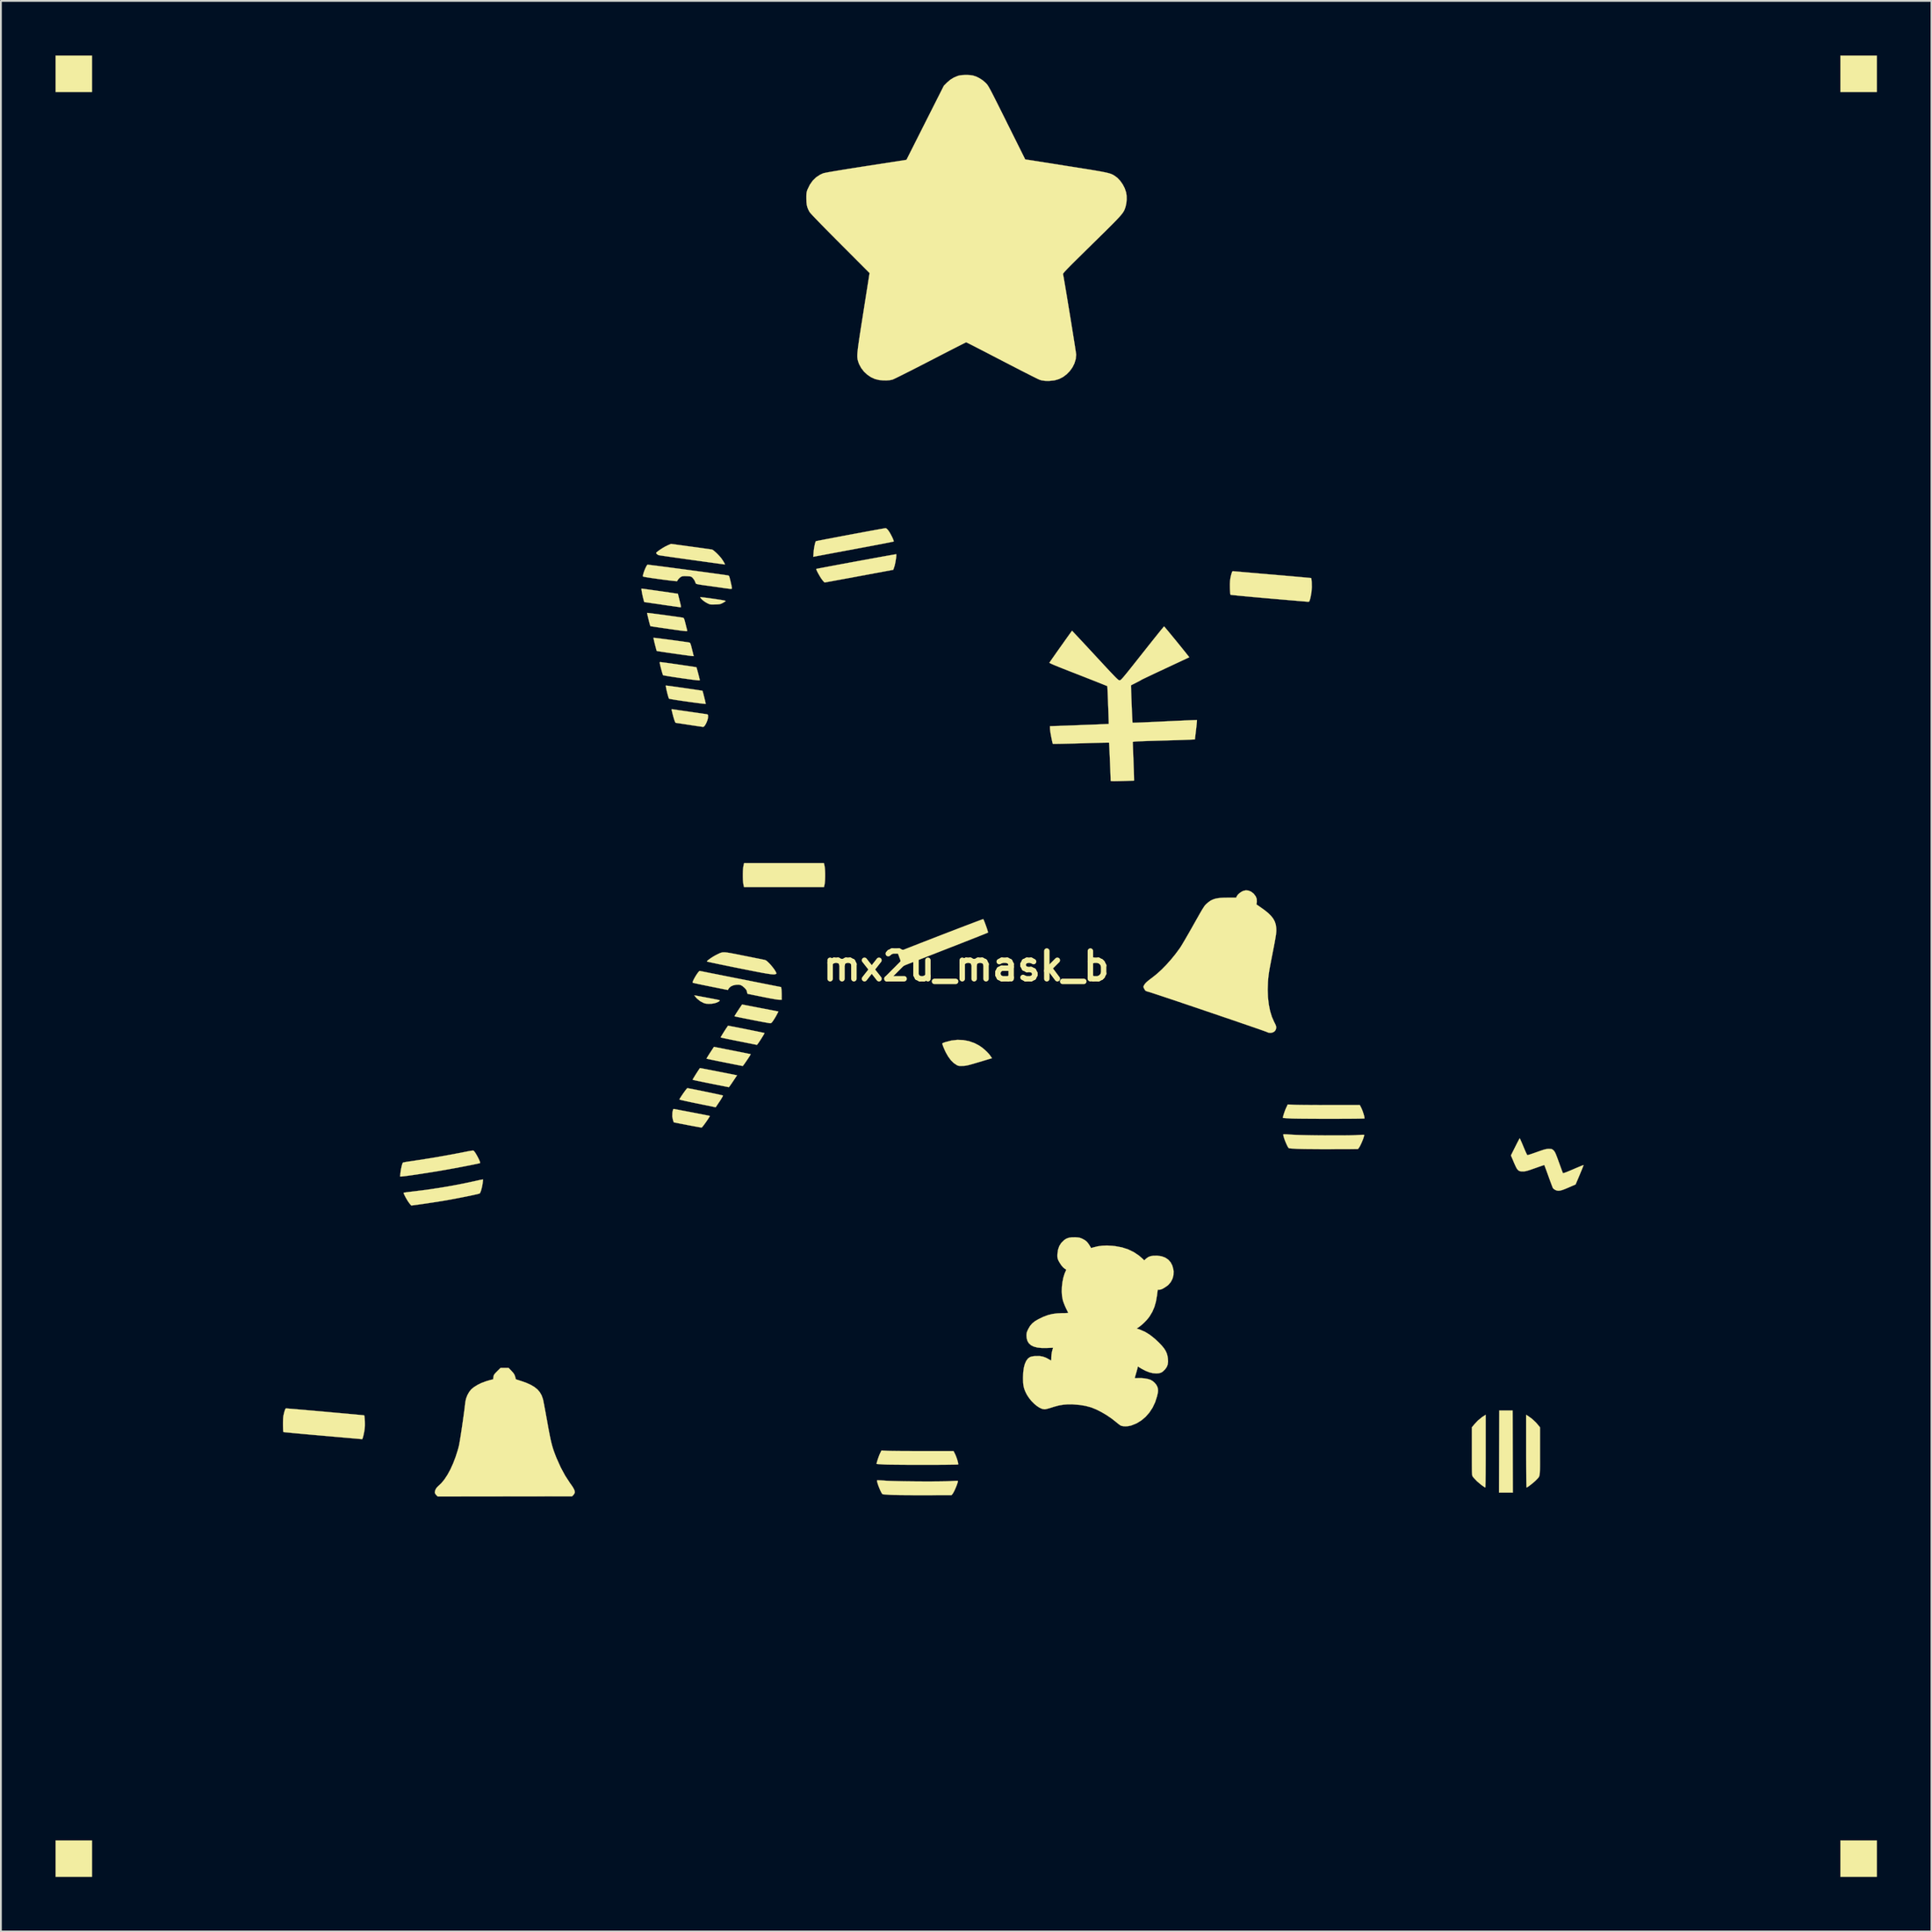
<source format=kicad_pcb>
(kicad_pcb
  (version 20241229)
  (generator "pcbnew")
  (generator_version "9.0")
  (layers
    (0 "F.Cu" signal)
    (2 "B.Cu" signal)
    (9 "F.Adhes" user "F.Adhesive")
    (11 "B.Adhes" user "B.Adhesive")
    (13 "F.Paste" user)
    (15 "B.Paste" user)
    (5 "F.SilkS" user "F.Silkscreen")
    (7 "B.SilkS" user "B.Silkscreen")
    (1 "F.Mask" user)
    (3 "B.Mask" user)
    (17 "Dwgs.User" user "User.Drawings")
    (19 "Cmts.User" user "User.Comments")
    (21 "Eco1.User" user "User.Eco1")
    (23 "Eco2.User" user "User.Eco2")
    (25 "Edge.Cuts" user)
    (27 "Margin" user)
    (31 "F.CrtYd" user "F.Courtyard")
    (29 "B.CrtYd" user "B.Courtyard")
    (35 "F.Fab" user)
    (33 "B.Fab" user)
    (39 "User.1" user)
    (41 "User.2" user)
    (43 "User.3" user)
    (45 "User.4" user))
  (footprint "mx2u_mask_b"
    (layer "F.Cu")
    (at 50.022 50.022)
    (property "Reference" "mx2u_mask_b" (at 0 0 0) (layer "F.SilkS") (effects (font (size 1.524 1.524) (thickness 0.3))))
    (attr through_hole)
    (fp_poly (pts (xy -48.02 -48.02) (xy -50.017 -48.02) (xy -50.017 -50.017) (xy -48.02 -50.017) (xy -48.02 -48.02)) (stroke (width 0.01) (type solid)) (fill yes) (layer "F.SilkS"))
    (fp_poly (pts (xy -48.02 50.017) (xy -50.017 50.017) (xy -50.017 48.02) (xy -48.02 48.02) (xy -48.02 50.017)) (stroke (width 0.01) (type solid)) (fill yes) (layer "F.SilkS"))
    (fp_poly (pts (xy 30.025 28.913) (xy 29.267 28.913) (xy 29.28 24.402) (xy 30.012 24.402) (xy 30.025 28.913)) (stroke (width 0.01) (type solid)) (fill yes) (layer "F.SilkS"))
    (fp_poly (pts (xy 50.017 -48.02) (xy 48.02 -48.02) (xy 48.02 -50.017) (xy 50.017 -50.017) (xy 50.017 -48.02)) (stroke (width 0.01) (type solid)) (fill yes) (layer "F.SilkS"))
    (fp_poly (pts (xy 50.017 50.017) (xy 48.02 50.017) (xy 48.02 48.02) (xy 50.017 48.02) (xy 50.017 50.017)) (stroke (width 0.01) (type solid)) (fill yes) (layer "F.SilkS"))
    (fp_poly (pts (xy -7.781 -5.503) (xy -7.765 -5.396) (xy -7.754 -5.253) (xy -7.748 -5.088) (xy -7.748 -4.916) (xy -7.753 -4.752) (xy -7.763 -4.608) (xy -7.779 -4.499) (xy -7.78 -4.492) (xy -7.813 -4.347) (xy -12.204 -4.347) (xy -12.236 -4.492) (xy -12.252 -4.598) (xy -12.263 -4.74) (xy -12.268 -4.904) (xy -12.268 -5.075) (xy -12.263 -5.241) (xy -12.253 -5.386) (xy -12.237 -5.497) (xy -12.235 -5.503) (xy -12.2 -5.661) (xy -7.816 -5.661) (xy -7.781 -5.503)) (stroke (width 0.01) (type solid)) (fill yes) (layer "F.SilkS"))
    (fp_poly (pts (xy -14.906 1.606) (xy -14.839 1.617) (xy -14.738 1.635) (xy -14.611 1.659) (xy -14.465 1.686) (xy -14.308 1.715) (xy -14.149 1.745) (xy -13.994 1.775) (xy -13.852 1.802) (xy -13.73 1.826) (xy -13.636 1.845) (xy -13.578 1.858) (xy -13.576 1.858) (xy -13.538 1.879) (xy -13.549 1.91) (xy -13.608 1.951) (xy -13.705 1.998) (xy -13.833 2.037) (xy -13.985 2.061) (xy -14.142 2.068) (xy -14.288 2.057) (xy -14.404 2.028) (xy -14.406 2.027) (xy -14.61 1.922) (xy -14.781 1.784) (xy -14.832 1.73) (xy -14.885 1.667) (xy -14.921 1.621) (xy -14.931 1.603) (xy -14.906 1.606)) (stroke (width 0.01) (type solid)) (fill yes) (layer "F.SilkS"))
    (fp_poly (pts (xy -17.81 -20.738) (xy -17.74 -20.73) (xy -17.63 -20.715) (xy -17.487 -20.695) (xy -17.315 -20.671) (xy -17.12 -20.644) (xy -16.906 -20.613) (xy -16.833 -20.603) (xy -15.837 -20.459) (xy -15.744 -20.086) (xy -15.708 -19.942) (xy -15.685 -19.84) (xy -15.673 -19.774) (xy -15.672 -19.735) (xy -15.68 -19.719) (xy -15.692 -19.716) (xy -15.725 -19.72) (xy -15.803 -19.731) (xy -15.919 -19.747) (xy -16.069 -19.769) (xy -16.246 -19.794) (xy -16.445 -19.822) (xy -16.659 -19.853) (xy -16.71 -19.861) (xy -17.687 -20.002) (xy -17.741 -20.208) (xy -17.765 -20.307) (xy -17.789 -20.417) (xy -17.81 -20.527) (xy -17.826 -20.625) (xy -17.836 -20.699) (xy -17.836 -20.738) (xy -17.835 -20.741) (xy -17.81 -20.738)) (stroke (width 0.01) (type solid)) (fill yes) (layer "F.SilkS"))
    (fp_poly (pts (xy -14.517 -20.264) (xy -14.411 -20.252) (xy -14.275 -20.236) (xy -14.114 -20.214) (xy -13.935 -20.19) (xy -13.901 -20.185) (xy -13.682 -20.153) (xy -13.51 -20.127) (xy -13.381 -20.105) (xy -13.291 -20.087) (xy -13.238 -20.072) (xy -13.217 -20.06) (xy -13.218 -20.055) (xy -13.252 -20.027) (xy -13.316 -19.986) (xy -13.376 -19.952) (xy -13.441 -19.919) (xy -13.501 -19.897) (xy -13.569 -19.883) (xy -13.661 -19.875) (xy -13.787 -19.87) (xy -13.909 -19.867) (xy -13.996 -19.867) (xy -14.061 -19.875) (xy -14.12 -19.893) (xy -14.186 -19.922) (xy -14.247 -19.953) (xy -14.34 -20.007) (xy -14.432 -20.073) (xy -14.514 -20.143) (xy -14.575 -20.208) (xy -14.606 -20.259) (xy -14.608 -20.269) (xy -14.584 -20.27) (xy -14.517 -20.264)) (stroke (width 0.01) (type solid)) (fill yes) (layer "F.SilkS"))
    (fp_poly (pts (xy 28.534 26.638) (xy 28.534 26.99) (xy 28.533 27.315) (xy 28.531 27.611) (xy 28.53 27.874) (xy 28.527 28.104) (xy 28.525 28.296) (xy 28.521 28.447) (xy 28.518 28.556) (xy 28.514 28.619) (xy 28.511 28.635) (xy 28.482 28.621) (xy 28.423 28.582) (xy 28.343 28.526) (xy 28.29 28.487) (xy 28.057 28.293) (xy 27.872 28.097) (xy 27.83 28.044) (xy 27.818 28.027) (xy 27.808 28.009) (xy 27.8 27.984) (xy 27.793 27.949) (xy 27.788 27.9) (xy 27.783 27.832) (xy 27.78 27.741) (xy 27.778 27.623) (xy 27.777 27.473) (xy 27.776 27.287) (xy 27.776 27.062) (xy 27.776 26.792) (xy 27.776 26.65) (xy 27.776 25.328) (xy 27.913 25.161) (xy 28.107 24.955) (xy 28.326 24.775) (xy 28.427 24.708) (xy 28.534 24.641) (xy 28.534 26.638)) (stroke (width 0.01) (type solid)) (fill yes) (layer "F.SilkS"))
    (fp_poly (pts (xy -15.282 6.703) (xy -15.204 6.717) (xy -15.091 6.738) (xy -14.949 6.766) (xy -14.784 6.799) (xy -14.604 6.835) (xy -14.415 6.874) (xy -14.224 6.914) (xy -14.036 6.953) (xy -13.859 6.99) (xy -13.699 7.024) (xy -13.563 7.054) (xy -13.457 7.078) (xy -13.387 7.095) (xy -13.361 7.103) (xy -13.367 7.129) (xy -13.398 7.189) (xy -13.448 7.275) (xy -13.514 7.38) (xy -13.551 7.435) (xy -13.761 7.748) (xy -14.76 7.544) (xy -14.977 7.499) (xy -15.177 7.457) (xy -15.356 7.418) (xy -15.508 7.384) (xy -15.628 7.356) (xy -15.711 7.335) (xy -15.751 7.322) (xy -15.754 7.32) (xy -15.737 7.283) (xy -15.697 7.217) (xy -15.641 7.13) (xy -15.575 7.033) (xy -15.506 6.934) (xy -15.439 6.842) (xy -15.381 6.766) (xy -15.339 6.715) (xy -15.319 6.698) (xy -15.282 6.703)) (stroke (width 0.01) (type solid)) (fill yes) (layer "F.SilkS"))
    (fp_poly (pts (xy 30.865 24.708) (xy 31.09 24.871) (xy 31.298 25.068) (xy 31.379 25.161) (xy 31.516 25.328) (xy 31.516 26.65) (xy 31.516 26.944) (xy 31.517 27.193) (xy 31.517 27.4) (xy 31.515 27.57) (xy 31.512 27.707) (xy 31.507 27.817) (xy 31.498 27.903) (xy 31.487 27.969) (xy 31.471 28.022) (xy 31.45 28.064) (xy 31.423 28.101) (xy 31.391 28.137) (xy 31.352 28.177) (xy 31.306 28.224) (xy 31.304 28.228) (xy 31.245 28.284) (xy 31.166 28.353) (xy 31.076 28.428) (xy 30.983 28.501) (xy 30.898 28.564) (xy 30.829 28.611) (xy 30.787 28.634) (xy 30.781 28.635) (xy 30.777 28.61) (xy 30.773 28.538) (xy 30.77 28.42) (xy 30.767 28.26) (xy 30.764 28.06) (xy 30.762 27.824) (xy 30.76 27.553) (xy 30.759 27.251) (xy 30.758 26.921) (xy 30.758 26.638) (xy 30.758 24.641) (xy 30.865 24.708)) (stroke (width 0.01) (type solid)) (fill yes) (layer "F.SilkS"))
    (fp_poly (pts (xy -12.852 4.628) (xy -12.633 4.671) (xy -12.431 4.711) (xy -12.25 4.747) (xy -12.095 4.779) (xy -11.972 4.804) (xy -11.886 4.822) (xy -11.843 4.832) (xy -11.838 4.834) (xy -11.848 4.857) (xy -11.881 4.913) (xy -11.931 4.992) (xy -11.993 5.087) (xy -12.061 5.187) (xy -12.128 5.285) (xy -12.189 5.372) (xy -12.238 5.439) (xy -12.27 5.476) (xy -12.277 5.482) (xy -12.305 5.476) (xy -12.377 5.462) (xy -12.488 5.44) (xy -12.633 5.412) (xy -12.805 5.378) (xy -13 5.339) (xy -13.211 5.297) (xy -13.275 5.284) (xy -13.49 5.241) (xy -13.689 5.201) (xy -13.867 5.164) (xy -14.019 5.133) (xy -14.138 5.107) (xy -14.221 5.089) (xy -14.26 5.079) (xy -14.263 5.078) (xy -14.253 5.055) (xy -14.22 4.996) (xy -14.168 4.911) (xy -14.101 4.806) (xy -14.064 4.749) (xy -13.856 4.43) (xy -12.852 4.628)) (stroke (width 0.01) (type solid)) (fill yes) (layer "F.SilkS"))
    (fp_poly (pts (xy -12.152 2.134) (xy -12.088 2.146) (xy -11.983 2.166) (xy -11.842 2.194) (xy -11.673 2.226) (xy -11.484 2.263) (xy -11.281 2.302) (xy -11.154 2.326) (xy -10.316 2.488) (xy -10.392 2.637) (xy -10.445 2.736) (xy -10.513 2.851) (xy -10.581 2.958) (xy -10.583 2.961) (xy -10.642 3.047) (xy -10.685 3.099) (xy -10.722 3.124) (xy -10.761 3.131) (xy -10.777 3.131) (xy -10.819 3.126) (xy -10.904 3.111) (xy -11.028 3.089) (xy -11.182 3.061) (xy -11.362 3.027) (xy -11.561 2.989) (xy -11.774 2.947) (xy -11.784 2.945) (xy -11.994 2.903) (xy -12.188 2.865) (xy -12.36 2.83) (xy -12.506 2.8) (xy -12.619 2.776) (xy -12.693 2.759) (xy -12.725 2.751) (xy -12.725 2.751) (xy -12.716 2.727) (xy -12.683 2.669) (xy -12.63 2.584) (xy -12.563 2.48) (xy -12.524 2.421) (xy -12.311 2.103) (xy -12.152 2.134)) (stroke (width 0.01) (type solid)) (fill yes) (layer "F.SilkS"))
    (fp_poly (pts (xy -16.027 7.846) (xy -15.988 7.854) (xy -15.905 7.87) (xy -15.784 7.893) (xy -15.631 7.923) (xy -15.452 7.956) (xy -15.254 7.994) (xy -15.041 8.034) (xy -15.028 8.037) (xy -14.818 8.077) (xy -14.623 8.114) (xy -14.451 8.148) (xy -14.305 8.177) (xy -14.191 8.2) (xy -14.116 8.216) (xy -14.085 8.224) (xy -14.084 8.224) (xy -14.092 8.249) (xy -14.124 8.306) (xy -14.175 8.386) (xy -14.238 8.48) (xy -14.307 8.579) (xy -14.377 8.675) (xy -14.44 8.76) (xy -14.492 8.824) (xy -14.525 8.858) (xy -14.532 8.862) (xy -14.566 8.858) (xy -14.643 8.846) (xy -14.756 8.826) (xy -14.9 8.8) (xy -15.067 8.769) (xy -15.251 8.735) (xy -15.316 8.722) (xy -16.061 8.579) (xy -16.105 8.453) (xy -16.144 8.259) (xy -16.138 8.048) (xy -16.122 7.961) (xy -16.104 7.886) (xy -16.086 7.85) (xy -16.059 7.841) (xy -16.027 7.846)) (stroke (width 0.01) (type solid)) (fill yes) (layer "F.SilkS"))
    (fp_poly (pts (xy -0.164 4.057) (xy 0.152 4.117) (xy 0.457 4.225) (xy 0.699 4.351) (xy 0.848 4.452) (xy 1 4.574) (xy 1.142 4.706) (xy 1.26 4.835) (xy 1.308 4.898) (xy 1.415 5.052) (xy 1.207 5.115) (xy 0.939 5.196) (xy 0.715 5.263) (xy 0.529 5.318) (xy 0.378 5.363) (xy 0.255 5.397) (xy 0.156 5.424) (xy 0.077 5.443) (xy 0.011 5.456) (xy -0.045 5.465) (xy -0.096 5.471) (xy -0.147 5.474) (xy -0.19 5.476) (xy -0.305 5.479) (xy -0.386 5.475) (xy -0.447 5.463) (xy -0.502 5.439) (xy -0.518 5.431) (xy -0.687 5.317) (xy -0.842 5.163) (xy -0.987 4.966) (xy -1.11 4.753) (xy -1.163 4.645) (xy -1.214 4.53) (xy -1.26 4.419) (xy -1.294 4.325) (xy -1.312 4.26) (xy -1.314 4.244) (xy -1.292 4.227) (xy -1.234 4.201) (xy -1.156 4.172) (xy -0.82 4.085) (xy -0.489 4.046) (xy -0.164 4.057)) (stroke (width 0.01) (type solid)) (fill yes) (layer "F.SilkS"))
    (fp_poly (pts (xy -14.599 5.599) (xy -14.532 5.611) (xy -14.428 5.631) (xy -14.294 5.657) (xy -14.136 5.687) (xy -13.96 5.721) (xy -13.774 5.757) (xy -13.584 5.795) (xy -13.395 5.832) (xy -13.215 5.867) (xy -13.05 5.9) (xy -12.907 5.928) (xy -12.791 5.951) (xy -12.72 5.966) (xy -12.588 5.993) (xy -12.806 6.32) (xy -12.882 6.432) (xy -12.948 6.527) (xy -12.999 6.598) (xy -13.031 6.638) (xy -13.039 6.644) (xy -13.066 6.639) (xy -13.138 6.625) (xy -13.248 6.603) (xy -13.392 6.574) (xy -13.563 6.54) (xy -13.758 6.502) (xy -13.969 6.46) (xy -14.033 6.447) (xy -14.248 6.404) (xy -14.448 6.363) (xy -14.627 6.326) (xy -14.779 6.294) (xy -14.9 6.268) (xy -14.983 6.249) (xy -15.024 6.238) (xy -15.027 6.237) (xy -15.017 6.213) (xy -14.986 6.157) (xy -14.937 6.076) (xy -14.878 5.979) (xy -14.812 5.876) (xy -14.747 5.775) (xy -14.687 5.684) (xy -14.638 5.614) (xy -14.623 5.595) (xy -14.599 5.599)) (stroke (width 0.01) (type solid)) (fill yes) (layer "F.SilkS"))
    (fp_poly (pts (xy -17.149 -18.038) (xy -17.079 -18.031) (xy -16.973 -18.019) (xy -16.835 -18.002) (xy -16.674 -17.981) (xy -16.496 -17.958) (xy -16.307 -17.934) (xy -16.114 -17.908) (xy -15.923 -17.882) (xy -15.741 -17.857) (xy -15.574 -17.834) (xy -15.43 -17.813) (xy -15.314 -17.796) (xy -15.234 -17.783) (xy -15.201 -17.776) (xy -15.179 -17.765) (xy -15.158 -17.736) (xy -15.136 -17.683) (xy -15.11 -17.598) (xy -15.078 -17.474) (xy -15.059 -17.399) (xy -14.969 -17.034) (xy -15.047 -17.037) (xy -15.09 -17.042) (xy -15.176 -17.052) (xy -15.301 -17.068) (xy -15.456 -17.09) (xy -15.638 -17.114) (xy -15.838 -17.143) (xy -16.052 -17.173) (xy -16.056 -17.174) (xy -16.267 -17.204) (xy -16.461 -17.232) (xy -16.634 -17.258) (xy -16.779 -17.28) (xy -16.892 -17.298) (xy -16.965 -17.31) (xy -16.995 -17.316) (xy -16.996 -17.316) (xy -17.008 -17.345) (xy -17.028 -17.412) (xy -17.053 -17.506) (xy -17.082 -17.616) (xy -17.111 -17.732) (xy -17.138 -17.843) (xy -17.159 -17.938) (xy -17.173 -18.006) (xy -17.176 -18.038) (xy -17.176 -18.039) (xy -17.149 -18.038)) (stroke (width 0.01) (type solid)) (fill yes) (layer "F.SilkS"))
    (fp_poly (pts (xy -16.141 -14.116) (xy -16.104 -14.11) (xy -16.023 -14.097) (xy -15.904 -14.08) (xy -15.753 -14.057) (xy -15.577 -14.032) (xy -15.38 -14.004) (xy -15.189 -13.976) (xy -14.98 -13.946) (xy -14.785 -13.918) (xy -14.61 -13.893) (xy -14.462 -13.871) (xy -14.345 -13.854) (xy -14.268 -13.842) (xy -14.235 -13.836) (xy -14.2 -13.821) (xy -14.183 -13.786) (xy -14.179 -13.716) (xy -14.179 -13.711) (xy -14.189 -13.614) (xy -14.218 -13.505) (xy -14.261 -13.395) (xy -14.311 -13.293) (xy -14.364 -13.21) (xy -14.415 -13.158) (xy -14.451 -13.145) (xy -14.486 -13.149) (xy -14.565 -13.16) (xy -14.68 -13.177) (xy -14.825 -13.198) (xy -14.993 -13.223) (xy -15.177 -13.251) (xy -15.215 -13.257) (xy -15.4 -13.285) (xy -15.569 -13.311) (xy -15.714 -13.333) (xy -15.831 -13.35) (xy -15.912 -13.362) (xy -15.951 -13.368) (xy -15.954 -13.368) (xy -15.979 -13.394) (xy -16.012 -13.467) (xy -16.051 -13.583) (xy -16.096 -13.74) (xy -16.123 -13.842) (xy -16.153 -13.964) (xy -16.172 -14.045) (xy -16.179 -14.092) (xy -16.175 -14.114) (xy -16.161 -14.119) (xy -16.141 -14.116)) (stroke (width 0.01) (type solid)) (fill yes) (layer "F.SilkS"))
    (fp_poly (pts (xy -13.057 3.272) (xy -12.989 3.285) (xy -12.884 3.304) (xy -12.749 3.33) (xy -12.589 3.361) (xy -12.413 3.396) (xy -12.225 3.433) (xy -12.032 3.472) (xy -11.841 3.511) (xy -11.658 3.548) (xy -11.49 3.582) (xy -11.342 3.613) (xy -11.221 3.638) (xy -11.134 3.657) (xy -11.087 3.669) (xy -11.081 3.671) (xy -11.089 3.696) (xy -11.119 3.753) (xy -11.167 3.834) (xy -11.226 3.93) (xy -11.291 4.032) (xy -11.355 4.13) (xy -11.414 4.216) (xy -11.461 4.281) (xy -11.49 4.316) (xy -11.496 4.319) (xy -11.523 4.314) (xy -11.595 4.3) (xy -11.706 4.278) (xy -11.85 4.249) (xy -12.021 4.215) (xy -12.216 4.176) (xy -12.428 4.134) (xy -12.491 4.122) (xy -12.707 4.078) (xy -12.907 4.038) (xy -13.085 4.001) (xy -13.238 3.969) (xy -13.358 3.943) (xy -13.441 3.924) (xy -13.482 3.913) (xy -13.485 3.912) (xy -13.476 3.888) (xy -13.444 3.831) (xy -13.396 3.75) (xy -13.336 3.653) (xy -13.27 3.549) (xy -13.204 3.447) (xy -13.143 3.356) (xy -13.092 3.284) (xy -13.082 3.269) (xy -13.057 3.272)) (stroke (width 0.01) (type solid)) (fill yes) (layer "F.SilkS"))
    (fp_poly (pts (xy -16.459 -15.413) (xy -16.381 -15.403) (xy -16.267 -15.388) (xy -16.124 -15.369) (xy -15.959 -15.346) (xy -15.777 -15.32) (xy -15.586 -15.293) (xy -15.391 -15.265) (xy -15.2 -15.237) (xy -15.019 -15.211) (xy -14.854 -15.187) (xy -14.712 -15.165) (xy -14.6 -15.148) (xy -14.524 -15.136) (xy -14.489 -15.129) (xy -14.488 -15.129) (xy -14.477 -15.1) (xy -14.458 -15.034) (xy -14.433 -14.94) (xy -14.405 -14.829) (xy -14.376 -14.713) (xy -14.349 -14.603) (xy -14.328 -14.508) (xy -14.314 -14.439) (xy -14.31 -14.409) (xy -14.31 -14.409) (xy -14.336 -14.408) (xy -14.406 -14.415) (xy -14.516 -14.427) (xy -14.66 -14.445) (xy -14.832 -14.467) (xy -15.027 -14.493) (xy -15.24 -14.522) (xy -15.308 -14.532) (xy -15.527 -14.563) (xy -15.73 -14.593) (xy -15.912 -14.621) (xy -16.067 -14.646) (xy -16.19 -14.667) (xy -16.276 -14.684) (xy -16.319 -14.695) (xy -16.323 -14.697) (xy -16.341 -14.733) (xy -16.365 -14.804) (xy -16.392 -14.899) (xy -16.421 -15.009) (xy -16.449 -15.124) (xy -16.472 -15.232) (xy -16.49 -15.323) (xy -16.499 -15.388) (xy -16.496 -15.416) (xy -16.495 -15.417) (xy -16.459 -15.413)) (stroke (width 0.01) (type solid)) (fill yes) (layer "F.SilkS"))
    (fp_poly (pts (xy -15.114 -23.047) (xy -14.882 -23.016) (xy -14.665 -22.986) (xy -14.467 -22.958) (xy -14.294 -22.934) (xy -14.151 -22.914) (xy -14.045 -22.899) (xy -13.979 -22.889) (xy -13.961 -22.886) (xy -13.911 -22.86) (xy -13.837 -22.803) (xy -13.748 -22.725) (xy -13.653 -22.633) (xy -13.561 -22.536) (xy -13.48 -22.442) (xy -13.435 -22.383) (xy -13.363 -22.277) (xy -13.307 -22.186) (xy -13.27 -22.116) (xy -13.256 -22.074) (xy -13.262 -22.066) (xy -13.289 -22.07) (xy -13.363 -22.08) (xy -13.479 -22.096) (xy -13.632 -22.117) (xy -13.82 -22.143) (xy -14.038 -22.173) (xy -14.281 -22.207) (xy -14.546 -22.244) (xy -14.829 -22.283) (xy -15.063 -22.315) (xy -15.359 -22.356) (xy -15.64 -22.396) (xy -15.904 -22.433) (xy -16.145 -22.467) (xy -16.361 -22.498) (xy -16.546 -22.525) (xy -16.696 -22.547) (xy -16.808 -22.564) (xy -16.877 -22.575) (xy -16.898 -22.579) (xy -16.956 -22.611) (xy -16.999 -22.648) (xy -17.028 -22.684) (xy -17.027 -22.711) (xy -16.993 -22.745) (xy -16.971 -22.764) (xy -16.844 -22.86) (xy -16.691 -22.959) (xy -16.534 -23.051) (xy -16.392 -23.121) (xy -16.384 -23.124) (xy -16.213 -23.197) (xy -15.114 -23.047)) (stroke (width 0.01) (type solid)) (fill yes) (layer "F.SilkS"))
    (fp_poly (pts (xy -16.772 -16.702) (xy -16.691 -16.692) (xy -16.575 -16.677) (xy -16.43 -16.658) (xy -16.263 -16.635) (xy -16.081 -16.609) (xy -15.89 -16.582) (xy -15.696 -16.554) (xy -15.506 -16.526) (xy -15.327 -16.5) (xy -15.165 -16.476) (xy -15.026 -16.455) (xy -14.918 -16.438) (xy -14.847 -16.426) (xy -14.819 -16.42) (xy -14.819 -16.42) (xy -14.809 -16.393) (xy -14.79 -16.327) (xy -14.764 -16.235) (xy -14.735 -16.126) (xy -14.705 -16.011) (xy -14.677 -15.901) (xy -14.654 -15.808) (xy -14.639 -15.741) (xy -14.634 -15.714) (xy -14.639 -15.706) (xy -14.655 -15.701) (xy -14.689 -15.7) (xy -14.743 -15.703) (xy -14.823 -15.711) (xy -14.931 -15.724) (xy -15.073 -15.742) (xy -15.253 -15.767) (xy -15.475 -15.798) (xy -15.714 -15.832) (xy -15.924 -15.863) (xy -16.118 -15.892) (xy -16.29 -15.919) (xy -16.436 -15.943) (xy -16.548 -15.963) (xy -16.622 -15.978) (xy -16.652 -15.987) (xy -16.652 -15.987) (xy -16.666 -16.019) (xy -16.689 -16.091) (xy -16.719 -16.192) (xy -16.752 -16.314) (xy -16.764 -16.358) (xy -16.799 -16.496) (xy -16.821 -16.592) (xy -16.832 -16.654) (xy -16.832 -16.689) (xy -16.823 -16.703) (xy -16.811 -16.706) (xy -16.772 -16.702)) (stroke (width 0.01) (type solid)) (fill yes) (layer "F.SilkS"))
    (fp_poly (pts (xy -4.33 26.617) (xy -4.248 26.62) (xy -4.12 26.623) (xy -3.952 26.625) (xy -3.75 26.628) (xy -3.519 26.63) (xy -3.264 26.631) (xy -2.99 26.632) (xy -2.703 26.633) (xy -2.409 26.634) (xy -2.35 26.634) (xy -0.695 26.634) (xy -0.614 26.794) (xy -0.574 26.883) (xy -0.533 26.989) (xy -0.496 27.1) (xy -0.466 27.204) (xy -0.445 27.291) (xy -0.438 27.35) (xy -0.443 27.367) (xy -0.471 27.371) (xy -0.545 27.374) (xy -0.66 27.377) (xy -0.813 27.379) (xy -0.997 27.382) (xy -1.208 27.383) (xy -1.443 27.385) (xy -1.696 27.386) (xy -1.962 27.387) (xy -2.237 27.387) (xy -2.517 27.387) (xy -2.796 27.387) (xy -3.07 27.386) (xy -3.335 27.385) (xy -3.586 27.383) (xy -3.818 27.381) (xy -4.026 27.379) (xy -4.207 27.377) (xy -4.355 27.374) (xy -4.466 27.37) (xy -4.509 27.368) (xy -4.646 27.36) (xy -4.764 27.352) (xy -4.854 27.345) (xy -4.908 27.34) (xy -4.92 27.338) (xy -4.92 27.308) (xy -4.905 27.242) (xy -4.878 27.151) (xy -4.844 27.046) (xy -4.806 26.94) (xy -4.768 26.841) (xy -4.739 26.777) (xy -4.655 26.6) (xy -4.33 26.617)) (stroke (width 0.01) (type solid)) (fill yes) (layer "F.SilkS"))
    (fp_poly (pts (xy 17.986 7.611) (xy 18.069 7.614) (xy 18.197 7.617) (xy 18.364 7.62) (xy 18.567 7.622) (xy 18.798 7.624) (xy 19.053 7.625) (xy 19.327 7.627) (xy 19.613 7.628) (xy 19.908 7.628) (xy 19.966 7.628) (xy 21.622 7.628) (xy 21.703 7.788) (xy 21.743 7.878) (xy 21.783 7.983) (xy 21.82 8.094) (xy 21.851 8.198) (xy 21.871 8.285) (xy 21.878 8.344) (xy 21.874 8.362) (xy 21.846 8.365) (xy 21.772 8.368) (xy 21.656 8.371) (xy 21.504 8.374) (xy 21.32 8.376) (xy 21.108 8.378) (xy 20.874 8.379) (xy 20.621 8.38) (xy 20.355 8.381) (xy 20.08 8.381) (xy 19.8 8.381) (xy 19.521 8.381) (xy 19.246 8.38) (xy 18.982 8.379) (xy 18.731 8.377) (xy 18.499 8.376) (xy 18.29 8.373) (xy 18.11 8.371) (xy 17.962 8.368) (xy 17.851 8.364) (xy 17.807 8.362) (xy 17.67 8.354) (xy 17.552 8.346) (xy 17.462 8.34) (xy 17.408 8.334) (xy 17.397 8.332) (xy 17.397 8.302) (xy 17.412 8.236) (xy 17.438 8.145) (xy 17.472 8.041) (xy 17.51 7.934) (xy 17.549 7.836) (xy 17.577 7.772) (xy 17.662 7.595) (xy 17.986 7.611)) (stroke (width 0.01) (type solid)) (fill yes) (layer "F.SilkS"))
    (fp_poly (pts (xy -17.501 -19.405) (xy -17.431 -19.398) (xy -17.325 -19.385) (xy -17.188 -19.368) (xy -17.027 -19.347) (xy -16.849 -19.324) (xy -16.66 -19.299) (xy -16.467 -19.273) (xy -16.276 -19.246) (xy -16.095 -19.221) (xy -15.928 -19.198) (xy -15.784 -19.177) (xy -15.668 -19.16) (xy -15.587 -19.147) (xy -15.552 -19.14) (xy -15.528 -19.129) (xy -15.507 -19.101) (xy -15.485 -19.049) (xy -15.459 -18.965) (xy -15.427 -18.841) (xy -15.418 -18.808) (xy -15.388 -18.684) (xy -15.36 -18.575) (xy -15.339 -18.492) (xy -15.327 -18.446) (xy -15.326 -18.443) (xy -15.322 -18.429) (xy -15.325 -18.417) (xy -15.339 -18.409) (xy -15.367 -18.406) (xy -15.415 -18.407) (xy -15.486 -18.413) (xy -15.584 -18.424) (xy -15.714 -18.44) (xy -15.88 -18.463) (xy -16.087 -18.492) (xy -16.339 -18.528) (xy -16.41 -18.538) (xy -16.621 -18.569) (xy -16.815 -18.597) (xy -16.988 -18.623) (xy -17.133 -18.645) (xy -17.245 -18.662) (xy -17.318 -18.674) (xy -17.348 -18.681) (xy -17.348 -18.681) (xy -17.359 -18.71) (xy -17.378 -18.777) (xy -17.403 -18.871) (xy -17.432 -18.981) (xy -17.46 -19.097) (xy -17.487 -19.208) (xy -17.508 -19.303) (xy -17.523 -19.372) (xy -17.527 -19.405) (xy -17.527 -19.406) (xy -17.501 -19.405)) (stroke (width 0.01) (type solid)) (fill yes) (layer "F.SilkS"))
    (fp_poly (pts (xy -3.838 -22.596) (xy -3.841 -22.525) (xy -3.852 -22.427) (xy -3.869 -22.313) (xy -3.889 -22.194) (xy -3.912 -22.082) (xy -3.935 -21.988) (xy -3.946 -21.951) (xy -4.006 -21.774) (xy -5.876 -21.427) (xy -6.177 -21.371) (xy -6.463 -21.318) (xy -6.732 -21.268) (xy -6.978 -21.223) (xy -7.198 -21.183) (xy -7.388 -21.148) (xy -7.545 -21.119) (xy -7.664 -21.098) (xy -7.741 -21.084) (xy -7.772 -21.079) (xy -7.773 -21.079) (xy -7.8 -21.097) (xy -7.847 -21.147) (xy -7.906 -21.218) (xy -7.92 -21.236) (xy -7.971 -21.309) (xy -8.029 -21.401) (xy -8.089 -21.503) (xy -8.145 -21.604) (xy -8.192 -21.696) (xy -8.225 -21.769) (xy -8.239 -21.813) (xy -8.237 -21.821) (xy -8.21 -21.827) (xy -8.139 -21.842) (xy -8.026 -21.864) (xy -7.876 -21.893) (xy -7.695 -21.927) (xy -7.485 -21.967) (xy -7.252 -22.01) (xy -6.999 -22.058) (xy -6.732 -22.107) (xy -6.454 -22.159) (xy -6.17 -22.211) (xy -5.883 -22.264) (xy -5.599 -22.316) (xy -5.322 -22.367) (xy -5.056 -22.415) (xy -4.805 -22.461) (xy -4.574 -22.503) (xy -4.367 -22.54) (xy -4.188 -22.572) (xy -4.042 -22.597) (xy -3.933 -22.616) (xy -3.865 -22.627) (xy -3.843 -22.629) (xy -3.838 -22.596)) (stroke (width 0.01) (type solid)) (fill yes) (layer "F.SilkS"))
    (fp_poly (pts (xy -27.054 10.136) (xy -27.051 10.138) (xy -27.01 10.185) (xy -26.957 10.261) (xy -26.899 10.357) (xy -26.84 10.463) (xy -26.785 10.57) (xy -26.74 10.668) (xy -26.709 10.747) (xy -26.697 10.799) (xy -26.7 10.811) (xy -26.729 10.821) (xy -26.804 10.839) (xy -26.916 10.864) (xy -27.062 10.894) (xy -27.236 10.929) (xy -27.433 10.967) (xy -27.646 11.008) (xy -27.87 11.051) (xy -28.1 11.094) (xy -28.331 11.136) (xy -28.557 11.177) (xy -28.771 11.214) (xy -28.97 11.249) (xy -29.027 11.258) (xy -29.279 11.299) (xy -29.535 11.34) (xy -29.788 11.38) (xy -30.032 11.417) (xy -30.263 11.452) (xy -30.474 11.482) (xy -30.659 11.508) (xy -30.814 11.528) (xy -30.932 11.542) (xy -31.008 11.549) (xy -31.025 11.55) (xy -31.094 11.55) (xy -31.076 11.361) (xy -31.063 11.254) (xy -31.042 11.135) (xy -31.017 11.017) (xy -30.991 10.912) (xy -30.965 10.833) (xy -30.944 10.791) (xy -30.943 10.791) (xy -30.912 10.78) (xy -30.84 10.765) (xy -30.736 10.746) (xy -30.61 10.726) (xy -30.543 10.717) (xy -30.028 10.64) (xy -29.486 10.554) (xy -28.934 10.461) (xy -28.389 10.364) (xy -27.866 10.266) (xy -27.525 10.199) (xy -27.355 10.165) (xy -27.229 10.143) (xy -27.14 10.131) (xy -27.083 10.129) (xy -27.054 10.136)) (stroke (width 0.01) (type solid)) (fill yes) (layer "F.SilkS"))
    (fp_poly (pts (xy -4.795 28.237) (xy -4.692 28.241) (xy -4.566 28.25) (xy -4.493 28.255) (xy -4.366 28.264) (xy -4.195 28.271) (xy -3.986 28.278) (xy -3.747 28.284) (xy -3.483 28.29) (xy -3.202 28.294) (xy -2.909 28.298) (xy -2.611 28.3) (xy -2.315 28.302) (xy -2.028 28.302) (xy -1.755 28.301) (xy -1.504 28.299) (xy -1.281 28.296) (xy -1.092 28.292) (xy -0.945 28.286) (xy -0.911 28.284) (xy -0.768 28.276) (xy -0.643 28.27) (xy -0.544 28.266) (xy -0.481 28.265) (xy -0.46 28.267) (xy -0.458 28.301) (xy -0.474 28.371) (xy -0.505 28.465) (xy -0.546 28.575) (xy -0.595 28.691) (xy -0.645 28.802) (xy -0.695 28.898) (xy -0.738 28.971) (xy -0.752 28.989) (xy -0.804 29.052) (xy -2.304 29.056) (xy -2.588 29.056) (xy -2.868 29.055) (xy -3.138 29.054) (xy -3.391 29.052) (xy -3.622 29.05) (xy -3.825 29.046) (xy -3.993 29.043) (xy -4.121 29.039) (xy -4.183 29.036) (xy -4.318 29.027) (xy -4.436 29.018) (xy -4.527 29.01) (xy -4.582 29.004) (xy -4.592 29.002) (xy -4.623 28.972) (xy -4.663 28.905) (xy -4.71 28.811) (xy -4.759 28.701) (xy -4.806 28.584) (xy -4.848 28.469) (xy -4.879 28.368) (xy -4.897 28.29) (xy -4.898 28.244) (xy -4.895 28.239) (xy -4.865 28.236) (xy -4.795 28.237)) (stroke (width 0.01) (type solid)) (fill yes) (layer "F.SilkS"))
    (fp_poly (pts (xy 17.522 9.231) (xy 17.625 9.235) (xy 17.751 9.244) (xy 17.824 9.25) (xy 17.951 9.258) (xy 18.122 9.265) (xy 18.33 9.272) (xy 18.57 9.278) (xy 18.833 9.284) (xy 19.115 9.288) (xy 19.408 9.292) (xy 19.706 9.294) (xy 20.001 9.296) (xy 20.289 9.296) (xy 20.561 9.296) (xy 20.813 9.294) (xy 21.036 9.291) (xy 21.224 9.286) (xy 21.372 9.28) (xy 21.405 9.278) (xy 21.549 9.27) (xy 21.674 9.264) (xy 21.773 9.26) (xy 21.836 9.26) (xy 21.856 9.261) (xy 21.859 9.296) (xy 21.842 9.365) (xy 21.812 9.46) (xy 21.77 9.57) (xy 21.722 9.685) (xy 21.671 9.796) (xy 21.622 9.893) (xy 21.578 9.965) (xy 21.564 9.983) (xy 21.512 10.046) (xy 20.013 10.05) (xy 19.728 10.05) (xy 19.448 10.05) (xy 19.179 10.048) (xy 18.925 10.046) (xy 18.694 10.044) (xy 18.492 10.041) (xy 18.324 10.037) (xy 18.196 10.033) (xy 18.134 10.03) (xy 17.999 10.021) (xy 17.881 10.013) (xy 17.79 10.005) (xy 17.735 9.998) (xy 17.724 9.996) (xy 17.694 9.966) (xy 17.653 9.899) (xy 17.607 9.806) (xy 17.558 9.695) (xy 17.51 9.578) (xy 17.469 9.464) (xy 17.437 9.362) (xy 17.419 9.284) (xy 17.419 9.239) (xy 17.422 9.234) (xy 17.451 9.23) (xy 17.522 9.231)) (stroke (width 0.01) (type solid)) (fill yes) (layer "F.SilkS"))
    (fp_poly (pts (xy -26.543 11.713) (xy -26.542 11.74) (xy -26.548 11.805) (xy -26.558 11.896) (xy -26.563 11.929) (xy -26.585 12.064) (xy -26.615 12.197) (xy -26.648 12.317) (xy -26.681 12.411) (xy -26.712 12.47) (xy -26.721 12.48) (xy -26.755 12.493) (xy -26.833 12.514) (xy -26.95 12.541) (xy -27.099 12.574) (xy -27.274 12.611) (xy -27.47 12.651) (xy -27.681 12.693) (xy -27.902 12.736) (xy -28.126 12.779) (xy -28.347 12.82) (xy -28.561 12.858) (xy -28.736 12.888) (xy -28.877 12.911) (xy -29.043 12.938) (xy -29.226 12.966) (xy -29.419 12.995) (xy -29.615 13.025) (xy -29.807 13.053) (xy -29.988 13.079) (xy -30.151 13.102) (xy -30.289 13.12) (xy -30.394 13.134) (xy -30.461 13.141) (xy -30.477 13.142) (xy -30.501 13.123) (xy -30.545 13.073) (xy -30.601 13.002) (xy -30.612 12.986) (xy -30.668 12.906) (xy -30.727 12.809) (xy -30.785 12.708) (xy -30.836 12.61) (xy -30.876 12.527) (xy -30.899 12.468) (xy -30.901 12.443) (xy -30.873 12.437) (xy -30.803 12.426) (xy -30.698 12.412) (xy -30.565 12.395) (xy -30.412 12.377) (xy -30.362 12.371) (xy -29.69 12.287) (xy -29 12.185) (xy -28.306 12.069) (xy -27.627 11.94) (xy -26.979 11.802) (xy -26.867 11.776) (xy -26.748 11.75) (xy -26.648 11.729) (xy -26.577 11.716) (xy -26.544 11.712) (xy -26.543 11.713)) (stroke (width 0.01) (type solid)) (fill yes) (layer "F.SilkS"))
    (fp_poly (pts (xy -13.214 -0.759) (xy -13.107 -0.746) (xy -12.975 -0.725) (xy -12.813 -0.695) (xy -12.615 -0.657) (xy -12.377 -0.609) (xy -12.182 -0.57) (xy -11.952 -0.524) (xy -11.736 -0.481) (xy -11.54 -0.441) (xy -11.368 -0.407) (xy -11.227 -0.378) (xy -11.121 -0.356) (xy -11.055 -0.342) (xy -11.037 -0.337) (xy -10.978 -0.305) (xy -10.899 -0.238) (xy -10.807 -0.148) (xy -10.711 -0.041) (xy -10.618 0.073) (xy -10.536 0.184) (xy -10.473 0.286) (xy -10.462 0.305) (xy -10.433 0.366) (xy -10.426 0.399) (xy -10.442 0.418) (xy -10.462 0.429) (xy -10.49 0.44) (xy -10.529 0.447) (xy -10.582 0.449) (xy -10.651 0.446) (xy -10.741 0.437) (xy -10.854 0.421) (xy -10.994 0.399) (xy -11.165 0.369) (xy -11.368 0.331) (xy -11.609 0.285) (xy -11.89 0.23) (xy -12.214 0.165) (xy -12.515 0.105) (xy -12.802 0.047) (xy -13.074 -0.009) (xy -13.327 -0.061) (xy -13.558 -0.108) (xy -13.762 -0.151) (xy -13.936 -0.188) (xy -14.074 -0.218) (xy -14.174 -0.24) (xy -14.23 -0.253) (xy -14.242 -0.257) (xy -14.233 -0.281) (xy -14.189 -0.324) (xy -14.117 -0.38) (xy -14.026 -0.445) (xy -13.924 -0.511) (xy -13.819 -0.574) (xy -13.719 -0.627) (xy -13.711 -0.631) (xy -13.63 -0.671) (xy -13.561 -0.704) (xy -13.499 -0.73) (xy -13.439 -0.749) (xy -13.375 -0.76) (xy -13.302 -0.764) (xy -13.214 -0.759)) (stroke (width 0.01) (type solid)) (fill yes) (layer "F.SilkS"))
    (fp_poly (pts (xy -4.378 -24.04) (xy -4.313 -23.977) (xy -4.273 -23.926) (xy -4.219 -23.848) (xy -4.162 -23.751) (xy -4.106 -23.645) (xy -4.054 -23.541) (xy -4.014 -23.447) (xy -3.988 -23.375) (xy -3.982 -23.333) (xy -3.984 -23.328) (xy -4.012 -23.321) (xy -4.086 -23.305) (xy -4.202 -23.281) (xy -4.356 -23.251) (xy -4.546 -23.213) (xy -4.768 -23.171) (xy -5.017 -23.123) (xy -5.291 -23.071) (xy -5.585 -23.016) (xy -5.896 -22.958) (xy -6.141 -22.912) (xy -6.464 -22.852) (xy -6.774 -22.794) (xy -7.066 -22.74) (xy -7.337 -22.689) (xy -7.584 -22.643) (xy -7.802 -22.602) (xy -7.988 -22.567) (xy -8.139 -22.539) (xy -8.25 -22.518) (xy -8.318 -22.505) (xy -8.338 -22.5) (xy -8.399 -22.486) (xy -8.382 -22.736) (xy -8.371 -22.852) (xy -8.353 -22.977) (xy -8.33 -23.101) (xy -8.306 -23.21) (xy -8.281 -23.294) (xy -8.26 -23.341) (xy -8.258 -23.343) (xy -8.231 -23.35) (xy -8.16 -23.365) (xy -8.048 -23.387) (xy -7.9 -23.416) (xy -7.722 -23.451) (xy -7.516 -23.49) (xy -7.289 -23.533) (xy -7.045 -23.579) (xy -6.789 -23.628) (xy -6.524 -23.678) (xy -6.257 -23.728) (xy -5.991 -23.778) (xy -5.731 -23.826) (xy -5.482 -23.872) (xy -5.249 -23.915) (xy -5.035 -23.954) (xy -4.847 -23.988) (xy -4.687 -24.017) (xy -4.562 -24.039) (xy -4.476 -24.054) (xy -4.433 -24.06) (xy -4.43 -24.06) (xy -4.378 -24.04)) (stroke (width 0.01) (type solid)) (fill yes) (layer "F.SilkS"))
    (fp_poly (pts (xy -14.635 0.259) (xy -14.605 0.266) (xy -14.529 0.281) (xy -14.41 0.305) (xy -14.253 0.336) (xy -14.06 0.375) (xy -13.836 0.419) (xy -13.584 0.469) (xy -13.308 0.524) (xy -13.01 0.583) (xy -12.695 0.646) (xy -12.381 0.708) (xy -10.166 1.147) (xy -10.15 1.259) (xy -10.143 1.337) (xy -10.138 1.445) (xy -10.135 1.566) (xy -10.135 1.608) (xy -10.135 1.845) (xy -10.28 1.842) (xy -10.341 1.837) (xy -10.444 1.822) (xy -10.581 1.799) (xy -10.746 1.77) (xy -10.931 1.735) (xy -11.127 1.696) (xy -11.209 1.679) (xy -11.401 1.64) (xy -11.577 1.604) (xy -11.731 1.573) (xy -11.857 1.547) (xy -11.948 1.529) (xy -11.999 1.519) (xy -12.008 1.518) (xy -12.021 1.494) (xy -12.036 1.438) (xy -12.041 1.409) (xy -12.058 1.342) (xy -12.093 1.281) (xy -12.154 1.211) (xy -12.197 1.17) (xy -12.3 1.083) (xy -12.395 1.033) (xy -12.499 1.013) (xy -12.63 1.018) (xy -12.654 1.021) (xy -12.807 1.055) (xy -12.935 1.115) (xy -13.025 1.197) (xy -13.043 1.223) (xy -13.092 1.307) (xy -14.05 1.115) (xy -14.264 1.071) (xy -14.461 1.031) (xy -14.638 0.994) (xy -14.788 0.962) (xy -14.905 0.936) (xy -14.986 0.918) (xy -15.023 0.907) (xy -15.025 0.906) (xy -15.026 0.872) (xy -15.003 0.806) (xy -14.962 0.718) (xy -14.907 0.618) (xy -14.846 0.515) (xy -14.782 0.418) (xy -14.723 0.337) (xy -14.673 0.281) (xy -14.639 0.259) (xy -14.635 0.259)) (stroke (width 0.01) (type solid)) (fill yes) (layer "F.SilkS"))
    (fp_poly (pts (xy 0.956 -2.549) (xy 0.987 -2.478) (xy 1.025 -2.382) (xy 1.066 -2.271) (xy 1.107 -2.156) (xy 1.145 -2.046) (xy 1.174 -1.951) (xy 1.193 -1.882) (xy 1.198 -1.848) (xy 1.197 -1.847) (xy 1.171 -1.835) (xy 1.101 -1.807) (xy 0.991 -1.762) (xy 0.843 -1.703) (xy 0.662 -1.631) (xy 0.451 -1.548) (xy 0.213 -1.454) (xy -0.049 -1.351) (xy -0.331 -1.24) (xy -0.63 -1.123) (xy -0.942 -1.002) (xy -0.948 -0.999) (xy -1.265 -0.875) (xy -1.573 -0.755) (xy -1.867 -0.64) (xy -2.144 -0.532) (xy -2.4 -0.432) (xy -2.631 -0.341) (xy -2.834 -0.262) (xy -3.004 -0.195) (xy -3.138 -0.143) (xy -3.232 -0.106) (xy -3.28 -0.087) (xy -3.49 -0.003) (xy -3.511 -0.058) (xy -3.527 -0.102) (xy -3.558 -0.182) (xy -3.598 -0.288) (xy -3.644 -0.41) (xy -3.653 -0.436) (xy -3.697 -0.554) (xy -3.732 -0.654) (xy -3.755 -0.728) (xy -3.764 -0.765) (xy -3.764 -0.768) (xy -3.737 -0.782) (xy -3.666 -0.811) (xy -3.557 -0.856) (xy -3.412 -0.914) (xy -3.236 -0.984) (xy -3.032 -1.064) (xy -2.805 -1.153) (xy -2.558 -1.25) (xy -2.295 -1.352) (xy -2.02 -1.459) (xy -1.737 -1.569) (xy -1.449 -1.681) (xy -1.161 -1.792) (xy -0.877 -1.902) (xy -0.599 -2.008) (xy -0.333 -2.111) (xy -0.082 -2.207) (xy 0.15 -2.295) (xy 0.36 -2.375) (xy 0.543 -2.444) (xy 0.696 -2.501) (xy 0.814 -2.545) (xy 0.894 -2.574) (xy 0.932 -2.586) (xy 0.935 -2.586) (xy 0.956 -2.549)) (stroke (width 0.01) (type solid)) (fill yes) (layer "F.SilkS"))
    (fp_poly (pts (xy 14.694 -21.695) (xy 14.731 -21.691) (xy 14.814 -21.683) (xy 14.94 -21.672) (xy 15.105 -21.657) (xy 15.304 -21.64) (xy 15.534 -21.62) (xy 15.791 -21.598) (xy 16.072 -21.574) (xy 16.371 -21.548) (xy 16.686 -21.521) (xy 16.856 -21.507) (xy 17.176 -21.479) (xy 17.48 -21.453) (xy 17.767 -21.428) (xy 18.031 -21.405) (xy 18.269 -21.384) (xy 18.478 -21.365) (xy 18.653 -21.349) (xy 18.791 -21.336) (xy 18.889 -21.326) (xy 18.942 -21.32) (xy 18.95 -21.319) (xy 18.957 -21.291) (xy 18.966 -21.224) (xy 18.975 -21.131) (xy 18.979 -21.086) (xy 18.985 -20.819) (xy 18.963 -20.54) (xy 18.916 -20.274) (xy 18.901 -20.213) (xy 18.874 -20.116) (xy 18.853 -20.058) (xy 18.832 -20.029) (xy 18.803 -20.02) (xy 18.769 -20.02) (xy 18.732 -20.022) (xy 18.649 -20.029) (xy 18.523 -20.039) (xy 18.358 -20.053) (xy 18.159 -20.07) (xy 17.929 -20.09) (xy 17.671 -20.112) (xy 17.391 -20.136) (xy 17.092 -20.162) (xy 16.777 -20.189) (xy 16.613 -20.203) (xy 16.294 -20.231) (xy 15.989 -20.258) (xy 15.703 -20.284) (xy 15.438 -20.309) (xy 15.2 -20.331) (xy 14.99 -20.351) (xy 14.815 -20.369) (xy 14.676 -20.383) (xy 14.578 -20.394) (xy 14.525 -20.402) (xy 14.516 -20.404) (xy 14.508 -20.436) (xy 14.5 -20.508) (xy 14.493 -20.611) (xy 14.487 -20.735) (xy 14.486 -20.778) (xy 14.484 -20.991) (xy 14.493 -21.169) (xy 14.514 -21.328) (xy 14.55 -21.484) (xy 14.576 -21.575) (xy 14.601 -21.65) (xy 14.623 -21.687) (xy 14.654 -21.698) (xy 14.694 -21.695)) (stroke (width 0.01) (type solid)) (fill yes) (layer "F.SilkS"))
    (fp_poly (pts (xy -37.323 24.292) (xy -37.234 24.298) (xy -37.105 24.309) (xy -36.941 24.323) (xy -36.746 24.339) (xy -36.525 24.358) (xy -36.282 24.379) (xy -36.022 24.402) (xy -35.75 24.426) (xy -35.468 24.451) (xy -35.184 24.476) (xy -34.899 24.502) (xy -34.62 24.527) (xy -34.35 24.551) (xy -34.094 24.574) (xy -33.857 24.596) (xy -33.643 24.615) (xy -33.456 24.633) (xy -33.301 24.647) (xy -33.182 24.659) (xy -33.104 24.667) (xy -33.071 24.671) (xy -33.07 24.671) (xy -33.057 24.708) (xy -33.046 24.785) (xy -33.038 24.889) (xy -33.032 25.01) (xy -33.03 25.137) (xy -33.031 25.257) (xy -33.038 25.361) (xy -33.038 25.362) (xy -33.051 25.47) (xy -33.071 25.589) (xy -33.095 25.707) (xy -33.12 25.816) (xy -33.145 25.904) (xy -33.166 25.961) (xy -33.181 25.979) (xy -33.208 25.976) (xy -33.282 25.969) (xy -33.398 25.959) (xy -33.554 25.945) (xy -33.746 25.928) (xy -33.969 25.909) (xy -34.221 25.887) (xy -34.497 25.863) (xy -34.795 25.837) (xy -35.109 25.809) (xy -35.343 25.789) (xy -35.668 25.76) (xy -35.978 25.733) (xy -36.269 25.707) (xy -36.539 25.682) (xy -36.783 25.66) (xy -36.997 25.64) (xy -37.179 25.622) (xy -37.324 25.608) (xy -37.429 25.597) (xy -37.489 25.59) (xy -37.504 25.588) (xy -37.513 25.554) (xy -37.52 25.48) (xy -37.524 25.377) (xy -37.527 25.254) (xy -37.528 25.121) (xy -37.526 24.99) (xy -37.522 24.87) (xy -37.515 24.771) (xy -37.507 24.709) (xy -37.478 24.575) (xy -37.447 24.457) (xy -37.416 24.364) (xy -37.388 24.306) (xy -37.369 24.289) (xy -37.323 24.292)) (stroke (width 0.01) (type solid)) (fill yes) (layer "F.SilkS"))
    (fp_poly (pts (xy -24.977 22.23) (xy -24.892 22.324) (xy -24.835 22.401) (xy -24.798 22.477) (xy -24.777 22.543) (xy -24.736 22.691) (xy -24.455 22.781) (xy -24.162 22.885) (xy -23.916 22.996) (xy -23.713 23.116) (xy -23.549 23.25) (xy -23.421 23.4) (xy -23.323 23.57) (xy -23.254 23.763) (xy -23.242 23.808) (xy -23.229 23.868) (xy -23.209 23.972) (xy -23.181 24.113) (xy -23.149 24.285) (xy -23.112 24.482) (xy -23.073 24.699) (xy -23.031 24.928) (xy -23.01 25.046) (xy -22.955 25.353) (xy -22.905 25.616) (xy -22.86 25.843) (xy -22.818 26.04) (xy -22.776 26.214) (xy -22.734 26.372) (xy -22.689 26.52) (xy -22.639 26.665) (xy -22.584 26.814) (xy -22.521 26.974) (xy -22.493 27.042) (xy -22.271 27.535) (xy -22.029 27.983) (xy -21.768 28.385) (xy -21.721 28.449) (xy -21.613 28.605) (xy -21.541 28.733) (xy -21.504 28.834) (xy -21.501 28.914) (xy -21.509 28.941) (xy -21.549 29.01) (xy -21.596 29.064) (xy -21.654 29.119) (xy -29.027 29.128) (xy -29.109 29.048) (xy -29.171 28.969) (xy -29.189 28.897) (xy -29.164 28.779) (xy -29.102 28.664) (xy -29.014 28.568) (xy -29.012 28.567) (xy -28.834 28.401) (xy -28.66 28.189) (xy -28.492 27.934) (xy -28.332 27.64) (xy -28.183 27.312) (xy -28.046 26.953) (xy -27.923 26.568) (xy -27.877 26.398) (xy -27.859 26.32) (xy -27.836 26.199) (xy -27.809 26.041) (xy -27.778 25.853) (xy -27.745 25.641) (xy -27.71 25.414) (xy -27.675 25.176) (xy -27.641 24.936) (xy -27.608 24.699) (xy -27.577 24.474) (xy -27.55 24.265) (xy -27.528 24.08) (xy -27.513 23.946) (xy -27.474 23.756) (xy -27.401 23.564) (xy -27.302 23.386) (xy -27.185 23.241) (xy -27.185 23.241) (xy -27.035 23.117) (xy -26.844 22.998) (xy -26.621 22.89) (xy -26.373 22.797) (xy -26.148 22.731) (xy -25.985 22.691) (xy -25.968 22.562) (xy -25.957 22.501) (xy -25.938 22.449) (xy -25.904 22.398) (xy -25.847 22.334) (xy -25.763 22.249) (xy -25.575 22.064) (xy -25.136 22.064) (xy -24.977 22.23)) (stroke (width 0.01) (type solid)) (fill yes) (layer "F.SilkS"))
    (fp_poly (pts (xy -17.475 -22.053) (xy -17.401 -22.044) (xy -17.286 -22.03) (xy -17.135 -22.011) (xy -16.951 -21.988) (xy -16.738 -21.96) (xy -16.502 -21.93) (xy -16.247 -21.896) (xy -15.977 -21.86) (xy -15.696 -21.823) (xy -15.409 -21.785) (xy -15.12 -21.746) (xy -14.834 -21.708) (xy -14.555 -21.67) (xy -14.287 -21.634) (xy -14.035 -21.599) (xy -13.803 -21.568) (xy -13.596 -21.539) (xy -13.418 -21.514) (xy -13.273 -21.493) (xy -13.166 -21.477) (xy -13.101 -21.467) (xy -13.1 -21.467) (xy -13.065 -21.459) (xy -13.039 -21.443) (xy -13.019 -21.412) (xy -12.999 -21.355) (xy -12.976 -21.263) (xy -12.956 -21.183) (xy -12.928 -21.062) (xy -12.903 -20.949) (xy -12.885 -20.86) (xy -12.877 -20.819) (xy -12.87 -20.758) (xy -12.881 -20.731) (xy -12.922 -20.727) (xy -12.945 -20.727) (xy -13.003 -20.732) (xy -13.097 -20.743) (xy -13.215 -20.759) (xy -13.332 -20.775) (xy -13.448 -20.793) (xy -13.602 -20.815) (xy -13.782 -20.84) (xy -13.974 -20.867) (xy -14.168 -20.894) (xy -14.238 -20.903) (xy -14.434 -20.93) (xy -14.586 -20.953) (xy -14.698 -20.972) (xy -14.776 -20.989) (xy -14.824 -21.003) (xy -14.848 -21.018) (xy -14.853 -21.025) (xy -14.924 -21.195) (xy -15.018 -21.324) (xy -15.026 -21.332) (xy -15.069 -21.371) (xy -15.109 -21.395) (xy -15.16 -21.41) (xy -15.235 -21.419) (xy -15.346 -21.425) (xy -15.465 -21.428) (xy -15.547 -21.425) (xy -15.608 -21.414) (xy -15.659 -21.393) (xy -15.67 -21.387) (xy -15.744 -21.331) (xy -15.816 -21.254) (xy -15.867 -21.175) (xy -15.877 -21.152) (xy -15.903 -21.15) (xy -15.972 -21.154) (xy -16.077 -21.164) (xy -16.213 -21.179) (xy -16.372 -21.198) (xy -16.547 -21.22) (xy -16.731 -21.244) (xy -16.919 -21.27) (xy -17.103 -21.296) (xy -17.276 -21.321) (xy -17.433 -21.345) (xy -17.565 -21.366) (xy -17.667 -21.385) (xy -17.732 -21.399) (xy -17.752 -21.406) (xy -17.758 -21.444) (xy -17.745 -21.515) (xy -17.718 -21.61) (xy -17.681 -21.717) (xy -17.637 -21.825) (xy -17.592 -21.924) (xy -17.549 -22.002) (xy -17.513 -22.048) (xy -17.502 -22.055) (xy -17.475 -22.053)) (stroke (width 0.01) (type solid)) (fill yes) (layer "F.SilkS"))
    (fp_poly (pts (xy 30.417 9.475) (xy 30.446 9.537) (xy 30.488 9.631) (xy 30.54 9.752) (xy 30.598 9.89) (xy 30.606 9.911) (xy 30.666 10.052) (xy 30.72 10.177) (xy 30.766 10.278) (xy 30.801 10.347) (xy 30.82 10.377) (xy 30.821 10.378) (xy 30.851 10.373) (xy 30.922 10.353) (xy 31.025 10.32) (xy 31.153 10.276) (xy 31.298 10.225) (xy 31.339 10.211) (xy 31.512 10.149) (xy 31.646 10.104) (xy 31.75 10.071) (xy 31.833 10.051) (xy 31.902 10.039) (xy 31.966 10.034) (xy 32.003 10.034) (xy 32.097 10.036) (xy 32.16 10.046) (xy 32.207 10.069) (xy 32.258 10.112) (xy 32.262 10.116) (xy 32.293 10.148) (xy 32.322 10.191) (xy 32.354 10.249) (xy 32.39 10.329) (xy 32.433 10.438) (xy 32.487 10.582) (xy 32.553 10.764) (xy 32.611 10.924) (xy 32.664 11.07) (xy 32.709 11.193) (xy 32.745 11.288) (xy 32.768 11.346) (xy 32.774 11.361) (xy 32.794 11.366) (xy 32.843 11.355) (xy 32.924 11.328) (xy 33.04 11.282) (xy 33.196 11.217) (xy 33.345 11.154) (xy 33.5 11.087) (xy 33.639 11.029) (xy 33.755 10.981) (xy 33.843 10.946) (xy 33.895 10.927) (xy 33.907 10.925) (xy 33.901 10.95) (xy 33.877 11.015) (xy 33.839 11.113) (xy 33.788 11.237) (xy 33.728 11.381) (xy 33.695 11.462) (xy 33.472 11.988) (xy 33.074 12.161) (xy 32.894 12.236) (xy 32.752 12.289) (xy 32.637 12.321) (xy 32.544 12.333) (xy 32.465 12.327) (xy 32.39 12.303) (xy 32.345 12.282) (xy 32.278 12.238) (xy 32.23 12.192) (xy 32.224 12.182) (xy 32.208 12.144) (xy 32.178 12.067) (xy 32.136 11.956) (xy 32.085 11.819) (xy 32.027 11.662) (xy 31.98 11.531) (xy 31.921 11.367) (xy 31.867 11.219) (xy 31.821 11.095) (xy 31.785 10.999) (xy 31.763 10.94) (xy 31.755 10.922) (xy 31.73 10.927) (xy 31.664 10.948) (xy 31.565 10.981) (xy 31.44 11.024) (xy 31.296 11.075) (xy 31.246 11.092) (xy 31.068 11.155) (xy 30.93 11.202) (xy 30.823 11.235) (xy 30.738 11.256) (xy 30.669 11.267) (xy 30.606 11.272) (xy 30.586 11.272) (xy 30.495 11.27) (xy 30.421 11.26) (xy 30.359 11.236) (xy 30.305 11.194) (xy 30.253 11.129) (xy 30.199 11.033) (xy 30.138 10.903) (xy 30.064 10.733) (xy 30.04 10.674) (xy 29.921 10.393) (xy 30.156 9.923) (xy 30.227 9.782) (xy 30.29 9.658) (xy 30.343 9.558) (xy 30.381 9.488) (xy 30.402 9.454) (xy 30.404 9.453) (xy 30.417 9.475)) (stroke (width 0.01) (type solid)) (fill yes) (layer "F.SilkS"))
    (fp_poly (pts (xy 15.501 -4.155) (xy 15.644 -4.097) (xy 15.776 -3.997) (xy 15.808 -3.963) (xy 15.906 -3.83) (xy 15.957 -3.694) (xy 15.964 -3.547) (xy 15.96 -3.512) (xy 15.944 -3.392) (xy 16.17 -3.237) (xy 16.407 -3.067) (xy 16.6 -2.908) (xy 16.752 -2.756) (xy 16.868 -2.605) (xy 16.95 -2.45) (xy 17.003 -2.287) (xy 17.029 -2.109) (xy 17.034 -1.975) (xy 17.032 -1.908) (xy 17.025 -1.827) (xy 17.013 -1.727) (xy 16.994 -1.604) (xy 16.968 -1.452) (xy 16.935 -1.267) (xy 16.892 -1.044) (xy 16.84 -0.778) (xy 16.819 -0.67) (xy 16.765 -0.394) (xy 16.72 -0.16) (xy 16.683 0.036) (xy 16.653 0.203) (xy 16.63 0.346) (xy 16.612 0.472) (xy 16.598 0.588) (xy 16.587 0.7) (xy 16.578 0.814) (xy 16.575 0.857) (xy 16.56 1.292) (xy 16.575 1.706) (xy 16.619 2.094) (xy 16.69 2.452) (xy 16.788 2.776) (xy 16.913 3.061) (xy 16.934 3.099) (xy 16.994 3.221) (xy 17.025 3.317) (xy 17.027 3.4) (xy 17.002 3.483) (xy 16.989 3.513) (xy 16.925 3.59) (xy 16.831 3.64) (xy 16.719 3.662) (xy 16.605 3.651) (xy 16.516 3.615) (xy 16.484 3.602) (xy 16.406 3.573) (xy 16.288 3.531) (xy 16.132 3.476) (xy 15.942 3.41) (xy 15.721 3.334) (xy 15.473 3.248) (xy 15.201 3.155) (xy 14.908 3.054) (xy 14.598 2.948) (xy 14.275 2.838) (xy 13.941 2.724) (xy 13.6 2.608) (xy 13.256 2.491) (xy 12.913 2.374) (xy 12.572 2.259) (xy 12.238 2.146) (xy 11.915 2.037) (xy 11.605 1.932) (xy 11.313 1.834) (xy 11.041 1.743) (xy 10.793 1.66) (xy 10.572 1.587) (xy 10.382 1.524) (xy 10.227 1.473) (xy 10.109 1.435) (xy 10.032 1.411) (xy 10.008 1.404) (xy 9.917 1.379) (xy 9.861 1.354) (xy 9.823 1.317) (xy 9.788 1.258) (xy 9.782 1.248) (xy 9.747 1.179) (xy 9.735 1.134) (xy 9.744 1.094) (xy 9.768 1.046) (xy 9.805 0.986) (xy 9.854 0.926) (xy 9.921 0.861) (xy 10.012 0.784) (xy 10.135 0.688) (xy 10.236 0.614) (xy 10.479 0.419) (xy 10.734 0.185) (xy 10.993 -0.078) (xy 11.248 -0.364) (xy 11.492 -0.663) (xy 11.717 -0.968) (xy 11.739 -0.998) (xy 11.785 -1.07) (xy 11.853 -1.179) (xy 11.937 -1.321) (xy 12.036 -1.489) (xy 12.145 -1.677) (xy 12.261 -1.879) (xy 12.381 -2.09) (xy 12.435 -2.186) (xy 12.549 -2.388) (xy 12.655 -2.576) (xy 12.751 -2.745) (xy 12.834 -2.892) (xy 12.903 -3.011) (xy 12.954 -3.098) (xy 12.984 -3.148) (xy 12.992 -3.159) (xy 13.014 -3.189) (xy 13.045 -3.243) (xy 13.048 -3.248) (xy 13.106 -3.331) (xy 13.195 -3.424) (xy 13.302 -3.516) (xy 13.413 -3.594) (xy 13.47 -3.627) (xy 13.58 -3.675) (xy 13.697 -3.711) (xy 13.832 -3.737) (xy 13.992 -3.754) (xy 14.186 -3.763) (xy 14.382 -3.765) (xy 14.826 -3.766) (xy 14.868 -3.854) (xy 14.925 -3.933) (xy 15.016 -4.017) (xy 15.126 -4.091) (xy 15.211 -4.134) (xy 15.354 -4.168) (xy 15.501 -4.155)) (stroke (width 0.01) (type solid)) (fill yes) (layer "F.SilkS"))
    (fp_poly (pts (xy 0.087 -48.953) (xy 0.237 -48.944) (xy 0.356 -48.927) (xy 0.357 -48.927) (xy 0.537 -48.87) (xy 0.726 -48.778) (xy 0.906 -48.66) (xy 1.061 -48.527) (xy 1.061 -48.527) (xy 1.09 -48.498) (xy 1.117 -48.469) (xy 1.143 -48.437) (xy 1.171 -48.4) (xy 1.202 -48.354) (xy 1.238 -48.296) (xy 1.279 -48.223) (xy 1.328 -48.133) (xy 1.387 -48.022) (xy 1.457 -47.888) (xy 1.539 -47.726) (xy 1.635 -47.536) (xy 1.748 -47.312) (xy 1.877 -47.053) (xy 2.026 -46.755) (xy 2.195 -46.416) (xy 2.233 -46.338) (xy 3.241 -44.316) (xy 5.468 -43.965) (xy 5.869 -43.902) (xy 6.223 -43.846) (xy 6.534 -43.796) (xy 6.805 -43.753) (xy 7.039 -43.714) (xy 7.24 -43.679) (xy 7.41 -43.649) (xy 7.553 -43.621) (xy 7.673 -43.596) (xy 7.773 -43.573) (xy 7.855 -43.55) (xy 7.924 -43.529) (xy 7.982 -43.507) (xy 8.033 -43.484) (xy 8.081 -43.46) (xy 8.127 -43.433) (xy 8.128 -43.432) (xy 8.3 -43.307) (xy 8.458 -43.141) (xy 8.595 -42.946) (xy 8.706 -42.733) (xy 8.781 -42.51) (xy 8.785 -42.494) (xy 8.811 -42.314) (xy 8.814 -42.11) (xy 8.794 -41.904) (xy 8.753 -41.717) (xy 8.748 -41.701) (xy 8.728 -41.641) (xy 8.708 -41.585) (xy 8.686 -41.531) (xy 8.658 -41.477) (xy 8.624 -41.42) (xy 8.58 -41.357) (xy 8.524 -41.285) (xy 8.455 -41.204) (xy 8.369 -41.109) (xy 8.265 -40.998) (xy 8.14 -40.869) (xy 7.991 -40.719) (xy 7.818 -40.545) (xy 7.617 -40.346) (xy 7.386 -40.119) (xy 7.123 -39.86) (xy 6.906 -39.647) (xy 6.627 -39.373) (xy 6.382 -39.131) (xy 6.169 -38.921) (xy 5.985 -38.74) (xy 5.829 -38.585) (xy 5.699 -38.454) (xy 5.592 -38.345) (xy 5.507 -38.256) (xy 5.44 -38.185) (xy 5.39 -38.13) (xy 5.356 -38.087) (xy 5.333 -38.056) (xy 5.322 -38.033) (xy 5.318 -38.017) (xy 5.319 -38.012) (xy 5.334 -37.93) (xy 5.357 -37.807) (xy 5.384 -37.647) (xy 5.417 -37.455) (xy 5.454 -37.235) (xy 5.495 -36.993) (xy 5.539 -36.731) (xy 5.584 -36.455) (xy 5.631 -36.169) (xy 5.679 -35.878) (xy 5.727 -35.586) (xy 5.774 -35.297) (xy 5.819 -35.016) (xy 5.862 -34.748) (xy 5.902 -34.497) (xy 5.939 -34.267) (xy 5.971 -34.063) (xy 5.997 -33.889) (xy 6.018 -33.751) (xy 6.033 -33.651) (xy 6.039 -33.595) (xy 6.04 -33.586) (xy 6.015 -33.347) (xy 5.945 -33.113) (xy 5.835 -32.892) (xy 5.69 -32.69) (xy 5.515 -32.511) (xy 5.317 -32.364) (xy 5.099 -32.252) (xy 4.868 -32.184) (xy 4.815 -32.175) (xy 4.565 -32.15) (xy 4.337 -32.152) (xy 4.14 -32.18) (xy 4.044 -32.208) (xy 3.997 -32.228) (xy 3.908 -32.27) (xy 3.782 -32.332) (xy 3.622 -32.412) (xy 3.432 -32.508) (xy 3.215 -32.618) (xy 2.975 -32.74) (xy 2.716 -32.874) (xy 2.44 -33.016) (xy 2.152 -33.165) (xy 1.952 -33.269) (xy 1.662 -33.419) (xy 1.384 -33.563) (xy 1.123 -33.699) (xy 0.88 -33.824) (xy 0.661 -33.937) (xy 0.467 -34.037) (xy 0.302 -34.121) (xy 0.17 -34.188) (xy 0.073 -34.236) (xy 0.016 -34.264) (xy -0.000117 -34.271) (xy -0.026 -34.26) (xy -0.093 -34.227) (xy -0.199 -34.174) (xy -0.339 -34.103) (xy -0.512 -34.015) (xy -0.713 -33.913) (xy -0.939 -33.797) (xy -1.186 -33.67) (xy -1.453 -33.533) (xy -1.734 -33.387) (xy -1.965 -33.268) (xy -2.26 -33.116) (xy -2.544 -32.97) (xy -2.815 -32.832) (xy -3.068 -32.703) (xy -3.301 -32.586) (xy -3.509 -32.481) (xy -3.689 -32.392) (xy -3.837 -32.319) (xy -3.95 -32.265) (xy -4.025 -32.23) (xy -4.052 -32.219) (xy -4.2 -32.189) (xy -4.382 -32.175) (xy -4.586 -32.179) (xy -4.789 -32.199) (xy -5.014 -32.255) (xy -5.232 -32.355) (xy -5.435 -32.493) (xy -5.616 -32.662) (xy -5.767 -32.857) (xy -5.882 -33.07) (xy -5.915 -33.159) (xy -5.934 -33.217) (xy -5.95 -33.271) (xy -5.964 -33.325) (xy -5.973 -33.383) (xy -5.979 -33.447) (xy -5.981 -33.521) (xy -5.979 -33.609) (xy -5.972 -33.714) (xy -5.959 -33.838) (xy -5.942 -33.986) (xy -5.918 -34.161) (xy -5.889 -34.366) (xy -5.854 -34.605) (xy -5.811 -34.881) (xy -5.762 -35.197) (xy -5.705 -35.556) (xy -5.651 -35.901) (xy -5.308 -38.074) (xy -6.922 -39.692) (xy -7.207 -39.978) (xy -7.47 -40.243) (xy -7.71 -40.486) (xy -7.925 -40.705) (xy -8.113 -40.898) (xy -8.273 -41.065) (xy -8.404 -41.202) (xy -8.503 -41.308) (xy -8.569 -41.383) (xy -8.602 -41.424) (xy -8.603 -41.426) (xy -8.675 -41.563) (xy -8.725 -41.69) (xy -8.757 -41.821) (xy -8.774 -41.971) (xy -8.78 -42.155) (xy -8.78 -42.169) (xy -8.78 -42.31) (xy -8.776 -42.413) (xy -8.767 -42.492) (xy -8.752 -42.559) (xy -8.729 -42.629) (xy -8.715 -42.665) (xy -8.587 -42.928) (xy -8.431 -43.15) (xy -8.244 -43.332) (xy -8.026 -43.475) (xy -7.861 -43.55) (xy -7.809 -43.564) (xy -7.711 -43.585) (xy -7.568 -43.613) (xy -7.378 -43.646) (xy -7.141 -43.686) (xy -6.857 -43.733) (xy -6.525 -43.787) (xy -6.145 -43.847) (xy -5.715 -43.915) (xy -5.502 -43.948) (xy -3.282 -44.292) (xy -2.256 -46.327) (xy -1.229 -48.361) (xy -1.051 -48.54) (xy -0.871 -48.694) (xy -0.671 -48.816) (xy -0.463 -48.902) (xy -0.349 -48.931) (xy -0.225 -48.946) (xy -0.073 -48.953) (xy 0.087 -48.953)) (stroke (width 0.01) (type solid)) (fill yes) (layer "F.SilkS"))
    (fp_poly (pts (xy 6.017 14.891) (xy 6.142 14.9) (xy 6.238 14.917) (xy 6.326 14.948) (xy 6.398 14.981) (xy 6.521 15.049) (xy 6.616 15.125) (xy 6.699 15.222) (xy 6.778 15.342) (xy 6.862 15.482) (xy 6.976 15.448) (xy 7.221 15.387) (xy 7.469 15.353) (xy 7.732 15.343) (xy 8.021 15.359) (xy 8.194 15.378) (xy 8.556 15.445) (xy 8.894 15.555) (xy 9.206 15.706) (xy 9.489 15.895) (xy 9.648 16.032) (xy 9.78 16.157) (xy 9.891 16.055) (xy 9.995 15.979) (xy 10.118 15.93) (xy 10.27 15.904) (xy 10.458 15.9) (xy 10.513 15.902) (xy 10.738 15.935) (xy 10.934 16.008) (xy 11.099 16.119) (xy 11.229 16.266) (xy 11.323 16.448) (xy 11.379 16.662) (xy 11.391 16.758) (xy 11.384 16.966) (xy 11.332 17.164) (xy 11.238 17.346) (xy 11.106 17.501) (xy 11.001 17.585) (xy 10.874 17.668) (xy 10.777 17.722) (xy 10.699 17.754) (xy 10.631 17.767) (xy 10.607 17.767) (xy 10.521 17.767) (xy 10.477 18.1) (xy 10.42 18.427) (xy 10.337 18.717) (xy 10.225 18.978) (xy 10.082 19.218) (xy 10.024 19.3) (xy 9.918 19.428) (xy 9.79 19.562) (xy 9.655 19.688) (xy 9.527 19.791) (xy 9.475 19.828) (xy 9.363 19.9) (xy 9.562 19.969) (xy 9.822 20.083) (xy 10.084 20.244) (xy 10.348 20.453) (xy 10.41 20.509) (xy 10.597 20.687) (xy 10.747 20.844) (xy 10.863 20.986) (xy 10.95 21.121) (xy 11.012 21.255) (xy 11.053 21.394) (xy 11.076 21.527) (xy 11.087 21.717) (xy 11.068 21.875) (xy 11.016 22.012) (xy 10.928 22.138) (xy 10.903 22.165) (xy 10.802 22.262) (xy 10.707 22.323) (xy 10.6 22.355) (xy 10.466 22.367) (xy 10.427 22.367) (xy 10.246 22.352) (xy 10.058 22.306) (xy 9.857 22.227) (xy 9.635 22.111) (xy 9.535 22.051) (xy 9.429 21.986) (xy 9.413 22.057) (xy 9.4 22.11) (xy 9.376 22.198) (xy 9.347 22.304) (xy 9.315 22.413) (xy 9.287 22.511) (xy 9.265 22.582) (xy 9.26 22.597) (xy 9.259 22.617) (xy 9.279 22.627) (xy 9.329 22.63) (xy 9.419 22.627) (xy 9.444 22.626) (xy 9.627 22.625) (xy 9.813 22.642) (xy 9.986 22.675) (xy 10.127 22.72) (xy 10.133 22.723) (xy 10.249 22.793) (xy 10.358 22.889) (xy 10.447 23) (xy 10.503 23.11) (xy 10.51 23.133) (xy 10.529 23.222) (xy 10.536 23.303) (xy 10.531 23.388) (xy 10.512 23.494) (xy 10.479 23.633) (xy 10.478 23.637) (xy 10.375 23.957) (xy 10.234 24.252) (xy 10.06 24.517) (xy 9.855 24.75) (xy 9.623 24.947) (xy 9.367 25.105) (xy 9.091 25.218) (xy 9.044 25.232) (xy 8.903 25.262) (xy 8.758 25.274) (xy 8.624 25.267) (xy 8.515 25.243) (xy 8.474 25.224) (xy 8.418 25.185) (xy 8.338 25.124) (xy 8.247 25.051) (xy 8.208 25.019) (xy 7.967 24.831) (xy 7.702 24.652) (xy 7.428 24.491) (xy 7.156 24.353) (xy 6.899 24.247) (xy 6.849 24.23) (xy 6.556 24.151) (xy 6.224 24.097) (xy 5.858 24.069) (xy 5.839 24.068) (xy 5.569 24.067) (xy 5.321 24.087) (xy 5.076 24.13) (xy 4.817 24.2) (xy 4.7 24.238) (xy 4.575 24.277) (xy 4.458 24.309) (xy 4.362 24.331) (xy 4.301 24.339) (xy 4.174 24.316) (xy 4.033 24.254) (xy 3.885 24.158) (xy 3.734 24.034) (xy 3.589 23.887) (xy 3.456 23.724) (xy 3.341 23.55) (xy 3.263 23.399) (xy 3.208 23.267) (xy 3.169 23.144) (xy 3.143 23.017) (xy 3.128 22.873) (xy 3.122 22.698) (xy 3.121 22.595) (xy 3.133 22.308) (xy 3.166 22.058) (xy 3.221 21.848) (xy 3.297 21.678) (xy 3.392 21.551) (xy 3.496 21.474) (xy 3.585 21.443) (xy 3.707 21.422) (xy 3.826 21.413) (xy 4.035 21.414) (xy 4.218 21.446) (xy 4.392 21.511) (xy 4.507 21.573) (xy 4.582 21.616) (xy 4.639 21.648) (xy 4.665 21.66) (xy 4.665 21.66) (xy 4.67 21.636) (xy 4.674 21.575) (xy 4.676 21.489) (xy 4.676 21.476) (xy 4.684 21.34) (xy 4.706 21.196) (xy 4.724 21.125) (xy 4.772 20.957) (xy 4.427 20.97) (xy 4.146 20.97) (xy 3.909 20.945) (xy 3.713 20.894) (xy 3.557 20.817) (xy 3.441 20.712) (xy 3.362 20.579) (xy 3.32 20.417) (xy 3.311 20.282) (xy 3.315 20.194) (xy 3.329 20.117) (xy 3.359 20.034) (xy 3.41 19.926) (xy 3.413 19.92) (xy 3.51 19.756) (xy 3.628 19.619) (xy 3.777 19.499) (xy 3.966 19.388) (xy 3.968 19.387) (xy 4.234 19.259) (xy 4.482 19.166) (xy 4.727 19.104) (xy 4.984 19.069) (xy 5.268 19.056) (xy 5.3 19.056) (xy 5.419 19.055) (xy 5.515 19.051) (xy 5.581 19.045) (xy 5.606 19.038) (xy 5.606 19.037) (xy 5.591 19.008) (xy 5.559 18.944) (xy 5.515 18.855) (xy 5.477 18.778) (xy 5.419 18.65) (xy 5.363 18.511) (xy 5.319 18.384) (xy 5.305 18.336) (xy 5.265 18.117) (xy 5.249 17.871) (xy 5.257 17.61) (xy 5.287 17.349) (xy 5.337 17.1) (xy 5.407 16.877) (xy 5.467 16.741) (xy 5.488 16.694) (xy 5.485 16.664) (xy 5.45 16.636) (xy 5.406 16.61) (xy 5.325 16.544) (xy 5.236 16.441) (xy 5.194 16.381) (xy 5.112 16.252) (xy 5.057 16.149) (xy 5.024 16.06) (xy 5.009 15.969) (xy 5.008 15.863) (xy 5.012 15.795) (xy 5.045 15.565) (xy 5.115 15.367) (xy 5.224 15.196) (xy 5.375 15.047) (xy 5.385 15.039) (xy 5.503 14.964) (xy 5.637 14.916) (xy 5.798 14.892) (xy 5.995 14.89) (xy 6.017 14.891)) (stroke (width 0.01) (type solid)) (fill yes) (layer "F.SilkS"))
    (fp_poly (pts (xy 10.886 -18.646) (xy 10.933 -18.593) (xy 11.002 -18.51) (xy 11.092 -18.403) (xy 11.197 -18.276) (xy 11.313 -18.134) (xy 11.438 -17.983) (xy 11.566 -17.826) (xy 11.694 -17.669) (xy 11.818 -17.516) (xy 11.933 -17.373) (xy 12.037 -17.244) (xy 12.124 -17.134) (xy 12.192 -17.049) (xy 12.235 -16.992) (xy 12.25 -16.969) (xy 12.25 -16.969) (xy 12.227 -16.958) (xy 12.162 -16.927) (xy 12.06 -16.879) (xy 11.923 -16.815) (xy 11.758 -16.737) (xy 11.566 -16.648) (xy 11.354 -16.549) (xy 11.124 -16.441) (xy 10.931 -16.351) (xy 10.69 -16.238) (xy 10.462 -16.132) (xy 10.253 -16.033) (xy 10.066 -15.944) (xy 9.905 -15.868) (xy 9.774 -15.805) (xy 9.678 -15.758) (xy 9.62 -15.729) (xy 9.604 -15.719) (xy 9.578 -15.702) (xy 9.515 -15.667) (xy 9.426 -15.62) (xy 9.326 -15.569) (xy 9.222 -15.516) (xy 9.135 -15.473) (xy 9.076 -15.442) (xy 9.053 -15.43) (xy 9.052 -15.404) (xy 9.053 -15.333) (xy 9.056 -15.226) (xy 9.06 -15.087) (xy 9.066 -14.924) (xy 9.072 -14.743) (xy 9.08 -14.55) (xy 9.088 -14.353) (xy 9.096 -14.157) (xy 9.104 -13.969) (xy 9.112 -13.796) (xy 9.119 -13.644) (xy 9.126 -13.52) (xy 9.132 -13.43) (xy 9.136 -13.381) (xy 9.137 -13.373) (xy 9.164 -13.372) (xy 9.237 -13.374) (xy 9.353 -13.377) (xy 9.506 -13.383) (xy 9.694 -13.39) (xy 9.912 -13.4) (xy 10.156 -13.41) (xy 10.421 -13.423) (xy 10.704 -13.436) (xy 10.906 -13.446) (xy 11.199 -13.46) (xy 11.477 -13.473) (xy 11.736 -13.484) (xy 11.971 -13.495) (xy 12.18 -13.504) (xy 12.357 -13.511) (xy 12.499 -13.516) (xy 12.601 -13.519) (xy 12.66 -13.52) (xy 12.673 -13.519) (xy 12.674 -13.491) (xy 12.669 -13.421) (xy 12.659 -13.316) (xy 12.646 -13.184) (xy 12.629 -13.032) (xy 12.624 -12.99) (xy 12.605 -12.834) (xy 12.589 -12.695) (xy 12.575 -12.582) (xy 12.566 -12.501) (xy 12.562 -12.461) (xy 12.561 -12.458) (xy 12.537 -12.455) (xy 12.466 -12.451) (xy 12.352 -12.446) (xy 12.201 -12.44) (xy 12.015 -12.433) (xy 11.8 -12.425) (xy 11.558 -12.417) (xy 11.295 -12.409) (xy 11.015 -12.401) (xy 10.855 -12.397) (xy 10.514 -12.387) (xy 10.219 -12.378) (xy 9.969 -12.371) (xy 9.759 -12.363) (xy 9.587 -12.357) (xy 9.449 -12.351) (xy 9.341 -12.345) (xy 9.261 -12.339) (xy 9.205 -12.332) (xy 9.17 -12.326) (xy 9.153 -12.319) (xy 9.149 -12.313) (xy 9.15 -12.281) (xy 9.153 -12.204) (xy 9.157 -12.087) (xy 9.162 -11.936) (xy 9.169 -11.757) (xy 9.176 -11.555) (xy 9.185 -11.336) (xy 9.188 -11.241) (xy 9.196 -11.017) (xy 9.204 -10.81) (xy 9.21 -10.624) (xy 9.215 -10.465) (xy 9.218 -10.338) (xy 9.22 -10.249) (xy 9.22 -10.203) (xy 9.22 -10.197) (xy 9.193 -10.195) (xy 9.124 -10.191) (xy 9.017 -10.187) (xy 8.88 -10.182) (xy 8.72 -10.176) (xy 8.574 -10.172) (xy 8.374 -10.167) (xy 8.22 -10.164) (xy 8.105 -10.163) (xy 8.024 -10.165) (xy 7.973 -10.169) (xy 7.945 -10.176) (xy 7.936 -10.187) (xy 7.936 -10.188) (xy 7.935 -10.252) (xy 7.932 -10.355) (xy 7.927 -10.489) (xy 7.921 -10.65) (xy 7.914 -10.83) (xy 7.906 -11.022) (xy 7.898 -11.222) (xy 7.89 -11.421) (xy 7.881 -11.614) (xy 7.873 -11.794) (xy 7.865 -11.955) (xy 7.859 -12.091) (xy 7.853 -12.194) (xy 7.849 -12.26) (xy 7.846 -12.28) (xy 7.82 -12.281) (xy 7.747 -12.281) (xy 7.632 -12.28) (xy 7.48 -12.277) (xy 7.295 -12.272) (xy 7.082 -12.267) (xy 6.844 -12.261) (xy 6.587 -12.253) (xy 6.314 -12.245) (xy 6.306 -12.245) (xy 6.033 -12.237) (xy 5.774 -12.23) (xy 5.536 -12.224) (xy 5.321 -12.219) (xy 5.135 -12.215) (xy 4.981 -12.213) (xy 4.865 -12.212) (xy 4.79 -12.212) (xy 4.761 -12.214) (xy 4.761 -12.214) (xy 4.748 -12.248) (xy 4.728 -12.32) (xy 4.706 -12.422) (xy 4.681 -12.543) (xy 4.656 -12.672) (xy 4.634 -12.798) (xy 4.616 -12.912) (xy 4.605 -13.004) (xy 4.601 -13.055) (xy 4.6 -13.183) (xy 6.211 -13.242) (xy 6.491 -13.253) (xy 6.757 -13.263) (xy 7.002 -13.272) (xy 7.224 -13.281) (xy 7.418 -13.289) (xy 7.579 -13.295) (xy 7.704 -13.301) (xy 7.788 -13.305) (xy 7.827 -13.307) (xy 7.829 -13.307) (xy 7.83 -13.332) (xy 7.829 -13.402) (xy 7.826 -13.509) (xy 7.821 -13.647) (xy 7.816 -13.81) (xy 7.81 -13.991) (xy 7.803 -14.184) (xy 7.795 -14.382) (xy 7.788 -14.578) (xy 7.78 -14.768) (xy 7.773 -14.943) (xy 7.766 -15.097) (xy 7.76 -15.225) (xy 7.755 -15.319) (xy 7.752 -15.373) (xy 7.751 -15.383) (xy 7.725 -15.395) (xy 7.655 -15.424) (xy 7.546 -15.468) (xy 7.401 -15.526) (xy 7.223 -15.597) (xy 7.016 -15.679) (xy 6.785 -15.77) (xy 6.531 -15.87) (xy 6.26 -15.976) (xy 5.974 -16.088) (xy 5.678 -16.203) (xy 5.619 -16.226) (xy 5.332 -16.339) (xy 5.09 -16.436) (xy 4.893 -16.516) (xy 4.743 -16.58) (xy 4.639 -16.627) (xy 4.582 -16.658) (xy 4.57 -16.67) (xy 4.594 -16.706) (xy 4.642 -16.776) (xy 4.711 -16.875) (xy 4.797 -16.998) (xy 4.896 -17.139) (xy 5.004 -17.293) (xy 5.119 -17.455) (xy 5.236 -17.62) (xy 5.351 -17.782) (xy 5.461 -17.937) (xy 5.563 -18.08) (xy 5.652 -18.204) (xy 5.725 -18.306) (xy 5.778 -18.379) (xy 5.808 -18.418) (xy 5.813 -18.424) (xy 5.832 -18.406) (xy 5.882 -18.354) (xy 5.961 -18.27) (xy 6.067 -18.158) (xy 6.196 -18.02) (xy 6.345 -17.86) (xy 6.513 -17.68) (xy 6.696 -17.483) (xy 6.891 -17.273) (xy 7.089 -17.059) (xy 7.328 -16.801) (xy 7.535 -16.577) (xy 7.713 -16.386) (xy 7.864 -16.225) (xy 7.991 -16.09) (xy 8.095 -15.981) (xy 8.18 -15.894) (xy 8.248 -15.826) (xy 8.301 -15.777) (xy 8.342 -15.741) (xy 8.373 -15.719) (xy 8.397 -15.706) (xy 8.416 -15.701) (xy 8.432 -15.7) (xy 8.433 -15.7) (xy 8.45 -15.704) (xy 8.47 -15.715) (xy 8.496 -15.735) (xy 8.53 -15.766) (xy 8.574 -15.813) (xy 8.63 -15.876) (xy 8.7 -15.959) (xy 8.788 -16.065) (xy 8.894 -16.196) (xy 9.021 -16.354) (xy 9.171 -16.543) (xy 9.347 -16.765) (xy 9.551 -17.023) (xy 9.68 -17.186) (xy 9.869 -17.424) (xy 10.048 -17.651) (xy 10.217 -17.863) (xy 10.371 -18.056) (xy 10.509 -18.228) (xy 10.628 -18.376) (xy 10.726 -18.497) (xy 10.801 -18.587) (xy 10.848 -18.644) (xy 10.868 -18.665) (xy 10.868 -18.665) (xy 10.886 -18.646)) (stroke (width 0.01) (type solid)) (fill yes) (layer "F.SilkS")))
  (gr_rect
    (start -3 -3)
    (end 103.043 103.043)
    (stroke (width 0.1) (type default))
    (fill no)
    (layer "Edge.Cuts")))
</source>
